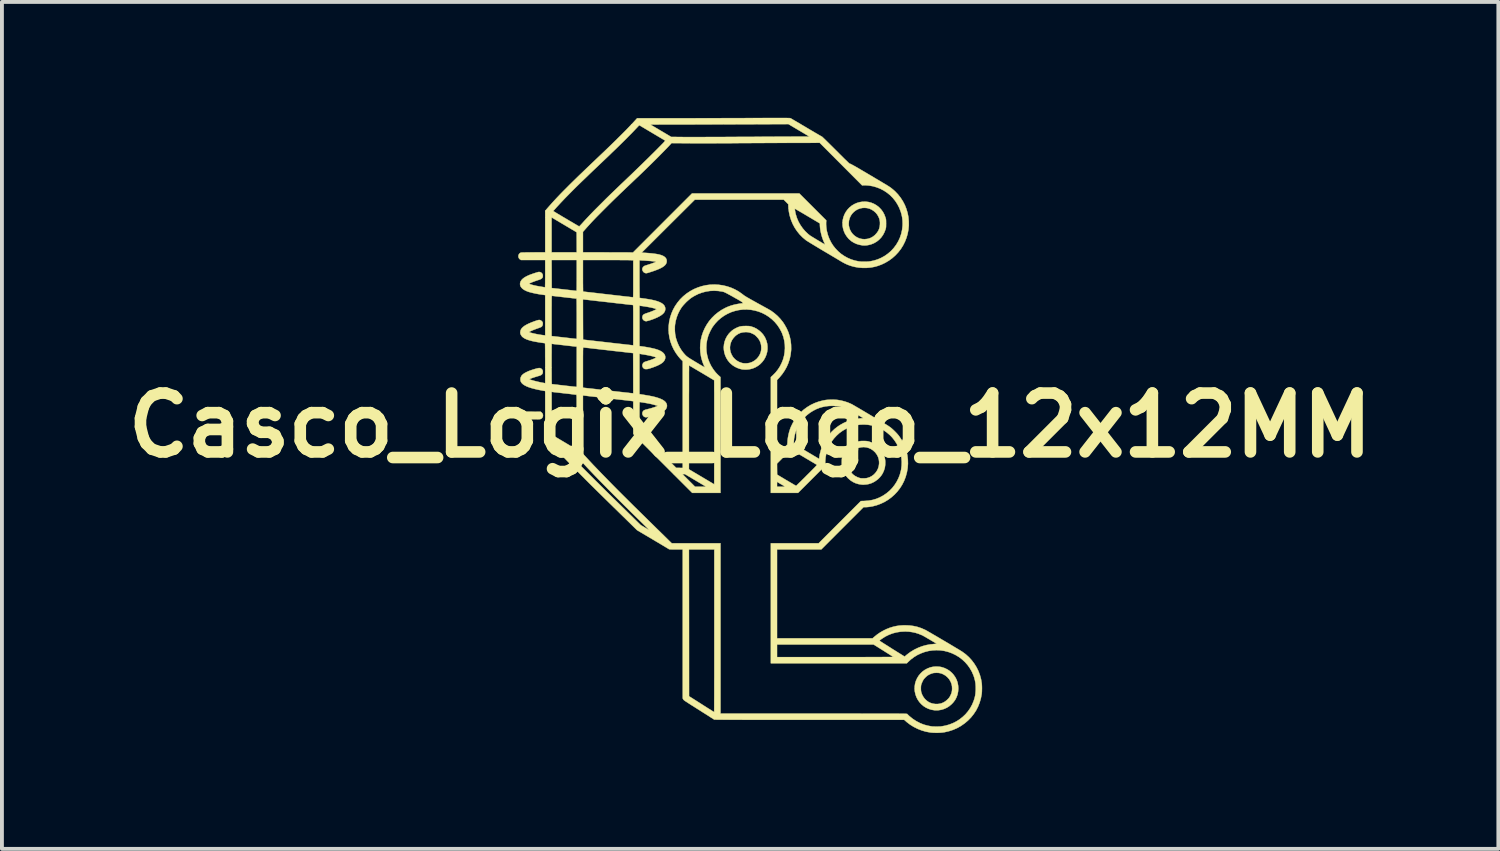
<source format=kicad_pcb>
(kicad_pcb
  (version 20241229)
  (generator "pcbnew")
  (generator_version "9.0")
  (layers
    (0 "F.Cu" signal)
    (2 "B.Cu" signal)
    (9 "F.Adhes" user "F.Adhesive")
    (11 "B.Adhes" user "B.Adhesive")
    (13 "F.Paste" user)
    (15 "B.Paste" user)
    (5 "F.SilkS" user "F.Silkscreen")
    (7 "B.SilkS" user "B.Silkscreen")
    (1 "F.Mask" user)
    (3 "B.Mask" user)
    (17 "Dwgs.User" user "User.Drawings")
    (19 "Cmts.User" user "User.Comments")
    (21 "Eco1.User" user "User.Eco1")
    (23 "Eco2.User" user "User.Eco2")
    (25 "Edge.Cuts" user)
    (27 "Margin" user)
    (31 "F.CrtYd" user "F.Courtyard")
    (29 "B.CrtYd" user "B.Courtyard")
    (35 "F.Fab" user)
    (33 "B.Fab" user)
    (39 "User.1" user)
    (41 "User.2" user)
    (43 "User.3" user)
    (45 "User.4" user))
  (footprint "Casco_Logix_Logo_12x12MM"
    (layer "F.Cu")
    (at 16.372 7.961)
    (property "Reference" "Casco_Logix_Logo_12x12MM" (at 0 0 0) (layer "F.SilkS") (effects (font (size 1.524 1.524) (thickness 0.3))))
    (attr through_hole)
    (fp_poly (pts (xy -5.74 -0.353) (xy -5.691 -0.352) (xy -5.662 -0.352) (xy -5.424 -0.351) (xy -5.403 -0.335) (xy -5.381 -0.311) (xy -5.367 -0.283) (xy -5.363 -0.252) (xy -5.368 -0.221) (xy -5.37 -0.217) (xy -5.383 -0.193) (xy -5.399 -0.176) (xy -5.42 -0.165) (xy -5.426 -0.163) (xy -5.433 -0.16) (xy -5.442 -0.159) (xy -5.455 -0.158) (xy -5.472 -0.157) (xy -5.494 -0.156) (xy -5.522 -0.155) (xy -5.558 -0.155) (xy -5.603 -0.155) (xy -5.657 -0.155) (xy -5.676 -0.155) (xy -5.734 -0.155) (xy -5.781 -0.155) (xy -5.82 -0.155) (xy -5.851 -0.156) (xy -5.875 -0.156) (xy -5.893 -0.157) (xy -5.907 -0.158) (xy -5.917 -0.16) (xy -5.925 -0.162) (xy -5.931 -0.164) (xy -5.934 -0.165) (xy -5.96 -0.183) (xy -5.978 -0.207) (xy -5.989 -0.236) (xy -5.991 -0.267) (xy -5.986 -0.289) (xy -5.975 -0.308) (xy -5.959 -0.327) (xy -5.939 -0.342) (xy -5.92 -0.35) (xy -5.918 -0.351) (xy -5.909 -0.351) (xy -5.89 -0.352) (xy -5.862 -0.352) (xy -5.827 -0.353) (xy -5.786 -0.353) (xy -5.74 -0.353)) (stroke (width 0.01) (type solid)) (fill yes) (layer "F.SilkS"))
    (fp_poly (pts (xy 3.058 -5.782) (xy 3.131 -5.764) (xy 3.201 -5.736) (xy 3.268 -5.698) (xy 3.27 -5.697) (xy 3.333 -5.648) (xy 3.388 -5.592) (xy 3.435 -5.529) (xy 3.473 -5.459) (xy 3.502 -5.382) (xy 3.505 -5.375) (xy 3.51 -5.357) (xy 3.514 -5.341) (xy 3.517 -5.325) (xy 3.518 -5.307) (xy 3.519 -5.284) (xy 3.519 -5.255) (xy 3.52 -5.224) (xy 3.519 -5.187) (xy 3.519 -5.158) (xy 3.518 -5.137) (xy 3.516 -5.119) (xy 3.513 -5.103) (xy 3.509 -5.087) (xy 3.505 -5.073) (xy 3.475 -4.995) (xy 3.438 -4.925) (xy 3.392 -4.861) (xy 3.338 -4.805) (xy 3.277 -4.756) (xy 3.208 -4.716) (xy 3.195 -4.71) (xy 3.137 -4.687) (xy 3.076 -4.67) (xy 3.014 -4.659) (xy 2.954 -4.656) (xy 2.913 -4.658) (xy 2.83 -4.673) (xy 2.753 -4.696) (xy 2.682 -4.729) (xy 2.617 -4.77) (xy 2.559 -4.821) (xy 2.546 -4.834) (xy 2.497 -4.895) (xy 2.456 -4.96) (xy 2.426 -5.029) (xy 2.405 -5.1) (xy 2.393 -5.173) (xy 2.392 -5.241) (xy 2.552 -5.241) (xy 2.554 -5.177) (xy 2.567 -5.115) (xy 2.588 -5.057) (xy 2.618 -5.002) (xy 2.656 -4.952) (xy 2.702 -4.909) (xy 2.754 -4.873) (xy 2.812 -4.845) (xy 2.833 -4.837) (xy 2.898 -4.822) (xy 2.964 -4.818) (xy 3.031 -4.825) (xy 3.064 -4.832) (xy 3.121 -4.852) (xy 3.174 -4.881) (xy 3.225 -4.92) (xy 3.241 -4.936) (xy 3.284 -4.985) (xy 3.317 -5.034) (xy 3.34 -5.086) (xy 3.355 -5.143) (xy 3.361 -5.205) (xy 3.361 -5.259) (xy 3.355 -5.307) (xy 3.342 -5.354) (xy 3.322 -5.403) (xy 3.321 -5.404) (xy 3.29 -5.457) (xy 3.25 -5.505) (xy 3.202 -5.547) (xy 3.149 -5.582) (xy 3.094 -5.607) (xy 3.031 -5.624) (xy 2.967 -5.63) (xy 2.905 -5.627) (xy 2.845 -5.614) (xy 2.787 -5.593) (xy 2.734 -5.563) (xy 2.686 -5.525) (xy 2.643 -5.481) (xy 2.607 -5.429) (xy 2.58 -5.372) (xy 2.561 -5.309) (xy 2.56 -5.305) (xy 2.552 -5.241) (xy 2.392 -5.241) (xy 2.391 -5.246) (xy 2.399 -5.319) (xy 2.416 -5.39) (xy 2.442 -5.459) (xy 2.478 -5.525) (xy 2.523 -5.587) (xy 2.571 -5.638) (xy 2.631 -5.687) (xy 2.696 -5.726) (xy 2.764 -5.756) (xy 2.836 -5.777) (xy 2.909 -5.788) (xy 2.984 -5.79) (xy 3.058 -5.782)) (stroke (width 0.01) (type solid)) (fill yes) (layer "F.SilkS"))
    (fp_poly (pts (xy -0.079 -2.57) (xy -0.05 -2.569) (xy -0.027 -2.568) (xy -0.008 -2.565) (xy 0.01 -2.562) (xy 0.028 -2.557) (xy 0.102 -2.532) (xy 0.17 -2.497) (xy 0.234 -2.452) (xy 0.272 -2.419) (xy 0.313 -2.377) (xy 0.347 -2.335) (xy 0.375 -2.29) (xy 0.39 -2.263) (xy 0.42 -2.191) (xy 0.44 -2.118) (xy 0.449 -2.044) (xy 0.449 -1.971) (xy 0.44 -1.899) (xy 0.421 -1.829) (xy 0.394 -1.762) (xy 0.359 -1.699) (xy 0.315 -1.641) (xy 0.264 -1.588) (xy 0.206 -1.542) (xy 0.141 -1.503) (xy 0.069 -1.472) (xy 0.064 -1.471) (xy 0.005 -1.455) (xy -0.06 -1.445) (xy -0.126 -1.442) (xy -0.19 -1.446) (xy -0.202 -1.447) (xy -0.268 -1.462) (xy -0.334 -1.486) (xy -0.399 -1.518) (xy -0.458 -1.557) (xy -0.511 -1.603) (xy -0.524 -1.615) (xy -0.574 -1.675) (xy -0.615 -1.74) (xy -0.646 -1.809) (xy -0.668 -1.88) (xy -0.68 -1.952) (xy -0.683 -2.02) (xy -0.523 -2.02) (xy -0.52 -1.958) (xy -0.507 -1.896) (xy -0.484 -1.837) (xy -0.452 -1.78) (xy -0.432 -1.753) (xy -0.389 -1.708) (xy -0.338 -1.669) (xy -0.282 -1.638) (xy -0.222 -1.616) (xy -0.184 -1.607) (xy -0.154 -1.604) (xy -0.119 -1.603) (xy -0.08 -1.605) (xy -0.043 -1.61) (xy -0.011 -1.616) (xy -0.003 -1.618) (xy 0.061 -1.643) (xy 0.118 -1.677) (xy 0.169 -1.719) (xy 0.212 -1.769) (xy 0.246 -1.825) (xy 0.249 -1.83) (xy 0.269 -1.878) (xy 0.282 -1.925) (xy 0.288 -1.975) (xy 0.289 -2.01) (xy 0.284 -2.075) (xy 0.27 -2.136) (xy 0.246 -2.192) (xy 0.212 -2.246) (xy 0.168 -2.295) (xy 0.145 -2.318) (xy 0.126 -2.335) (xy 0.107 -2.348) (xy 0.087 -2.36) (xy 0.066 -2.37) (xy 0.022 -2.39) (xy -0.018 -2.402) (xy -0.058 -2.41) (xy -0.102 -2.413) (xy -0.117 -2.413) (xy -0.184 -2.408) (xy -0.245 -2.394) (xy -0.303 -2.369) (xy -0.357 -2.334) (xy -0.392 -2.304) (xy -0.437 -2.254) (xy -0.473 -2.2) (xy -0.499 -2.142) (xy -0.516 -2.082) (xy -0.523 -2.02) (xy -0.683 -2.02) (xy -0.683 -2.025) (xy -0.676 -2.098) (xy -0.66 -2.169) (xy -0.634 -2.239) (xy -0.599 -2.305) (xy -0.555 -2.367) (xy -0.518 -2.407) (xy -0.474 -2.448) (xy -0.428 -2.482) (xy -0.378 -2.51) (xy -0.358 -2.52) (xy -0.319 -2.538) (xy -0.284 -2.551) (xy -0.25 -2.56) (xy -0.215 -2.566) (xy -0.175 -2.569) (xy -0.128 -2.57) (xy -0.116 -2.57) (xy -0.079 -2.57)) (stroke (width 0.01) (type solid)) (fill yes) (layer "F.SilkS"))
    (fp_poly (pts (xy 4.845 6.248) (xy 4.891 6.251) (xy 4.932 6.256) (xy 4.955 6.261) (xy 5.031 6.285) (xy 5.102 6.319) (xy 5.167 6.361) (xy 5.226 6.413) (xy 5.265 6.457) (xy 5.311 6.522) (xy 5.346 6.59) (xy 5.371 6.663) (xy 5.385 6.739) (xy 5.39 6.815) (xy 5.384 6.894) (xy 5.369 6.97) (xy 5.343 7.042) (xy 5.308 7.11) (xy 5.262 7.172) (xy 5.219 7.218) (xy 5.158 7.27) (xy 5.092 7.312) (xy 5.021 7.344) (xy 4.948 7.366) (xy 4.871 7.378) (xy 4.791 7.379) (xy 4.767 7.377) (xy 4.691 7.364) (xy 4.619 7.341) (xy 4.552 7.31) (xy 4.489 7.27) (xy 4.433 7.222) (xy 4.383 7.167) (xy 4.341 7.107) (xy 4.306 7.04) (xy 4.281 6.969) (xy 4.264 6.894) (xy 4.259 6.841) (xy 4.259 6.82) (xy 4.42 6.82) (xy 4.422 6.858) (xy 4.426 6.892) (xy 4.43 6.913) (xy 4.453 6.976) (xy 4.485 7.034) (xy 4.525 7.087) (xy 4.574 7.132) (xy 4.627 7.169) (xy 4.677 7.191) (xy 4.732 7.207) (xy 4.791 7.216) (xy 4.85 7.217) (xy 4.907 7.21) (xy 4.952 7.199) (xy 5.003 7.178) (xy 5.047 7.152) (xy 5.089 7.119) (xy 5.113 7.096) (xy 5.137 7.072) (xy 5.154 7.051) (xy 5.168 7.03) (xy 5.181 7.006) (xy 5.186 6.996) (xy 5.206 6.952) (xy 5.219 6.912) (xy 5.226 6.872) (xy 5.229 6.827) (xy 5.229 6.813) (xy 5.226 6.754) (xy 5.215 6.7) (xy 5.195 6.648) (xy 5.185 6.627) (xy 5.15 6.57) (xy 5.106 6.521) (xy 5.056 6.479) (xy 5 6.447) (xy 4.96 6.429) (xy 4.921 6.418) (xy 4.882 6.411) (xy 4.836 6.409) (xy 4.826 6.409) (xy 4.783 6.41) (xy 4.745 6.414) (xy 4.71 6.423) (xy 4.673 6.437) (xy 4.638 6.453) (xy 4.612 6.467) (xy 4.591 6.48) (xy 4.571 6.496) (xy 4.548 6.517) (xy 4.538 6.527) (xy 4.516 6.55) (xy 4.499 6.569) (xy 4.486 6.588) (xy 4.473 6.611) (xy 4.463 6.632) (xy 4.451 6.658) (xy 4.44 6.685) (xy 4.431 6.708) (xy 4.428 6.72) (xy 4.423 6.748) (xy 4.421 6.782) (xy 4.42 6.82) (xy 4.259 6.82) (xy 4.26 6.764) (xy 4.271 6.689) (xy 4.292 6.618) (xy 4.323 6.55) (xy 4.361 6.487) (xy 4.408 6.43) (xy 4.461 6.378) (xy 4.522 6.334) (xy 4.588 6.298) (xy 4.66 6.27) (xy 4.718 6.256) (xy 4.755 6.251) (xy 4.799 6.248) (xy 4.845 6.248)) (stroke (width 0.01) (type solid)) (fill yes) (layer "F.SilkS"))
    (fp_poly (pts (xy 2.977 0.407) (xy 3.02 0.41) (xy 3.057 0.416) (xy 3.066 0.419) (xy 3.136 0.441) (xy 3.198 0.469) (xy 3.255 0.504) (xy 3.308 0.547) (xy 3.323 0.56) (xy 3.377 0.619) (xy 3.422 0.681) (xy 3.456 0.748) (xy 3.48 0.818) (xy 3.495 0.894) (xy 3.499 0.947) (xy 3.497 1.027) (xy 3.486 1.102) (xy 3.463 1.175) (xy 3.431 1.245) (xy 3.401 1.293) (xy 3.358 1.347) (xy 3.308 1.396) (xy 3.251 1.439) (xy 3.19 1.476) (xy 3.127 1.504) (xy 3.062 1.523) (xy 2.998 1.533) (xy 2.976 1.534) (xy 2.957 1.536) (xy 2.944 1.537) (xy 2.943 1.537) (xy 2.931 1.537) (xy 2.912 1.537) (xy 2.889 1.535) (xy 2.88 1.534) (xy 2.804 1.522) (xy 2.732 1.5) (xy 2.663 1.468) (xy 2.598 1.426) (xy 2.539 1.374) (xy 2.534 1.37) (xy 2.483 1.312) (xy 2.441 1.25) (xy 2.408 1.182) (xy 2.384 1.111) (xy 2.38 1.094) (xy 2.376 1.077) (xy 2.374 1.058) (xy 2.373 1.034) (xy 2.372 1.005) (xy 2.372 0.987) (xy 2.53 0.987) (xy 2.53 0.991) (xy 2.539 1.057) (xy 2.557 1.12) (xy 2.584 1.177) (xy 2.62 1.229) (xy 2.665 1.275) (xy 2.717 1.313) (xy 2.777 1.344) (xy 2.841 1.367) (xy 2.869 1.372) (xy 2.904 1.374) (xy 2.943 1.374) (xy 2.982 1.372) (xy 3.017 1.368) (xy 3.035 1.364) (xy 3.097 1.343) (xy 3.153 1.313) (xy 3.204 1.275) (xy 3.247 1.229) (xy 3.283 1.178) (xy 3.311 1.121) (xy 3.33 1.06) (xy 3.339 0.995) (xy 3.339 0.947) (xy 3.331 0.881) (xy 3.312 0.82) (xy 3.283 0.763) (xy 3.244 0.709) (xy 3.231 0.695) (xy 3.181 0.649) (xy 3.126 0.613) (xy 3.067 0.587) (xy 3.005 0.57) (xy 2.941 0.564) (xy 2.876 0.569) (xy 2.81 0.584) (xy 2.798 0.588) (xy 2.76 0.603) (xy 2.727 0.621) (xy 2.694 0.645) (xy 2.659 0.676) (xy 2.647 0.688) (xy 2.624 0.711) (xy 2.607 0.731) (xy 2.594 0.749) (xy 2.582 0.769) (xy 2.571 0.79) (xy 2.55 0.84) (xy 2.537 0.886) (xy 2.531 0.934) (xy 2.53 0.987) (xy 2.372 0.987) (xy 2.372 0.969) (xy 2.372 0.933) (xy 2.373 0.905) (xy 2.374 0.883) (xy 2.376 0.866) (xy 2.379 0.85) (xy 2.384 0.833) (xy 2.387 0.82) (xy 2.416 0.743) (xy 2.453 0.672) (xy 2.499 0.609) (xy 2.552 0.553) (xy 2.613 0.504) (xy 2.68 0.465) (xy 2.753 0.434) (xy 2.805 0.418) (xy 2.841 0.411) (xy 2.884 0.407) (xy 2.93 0.406) (xy 2.977 0.407)) (stroke (width 0.01) (type solid)) (fill yes) (layer "F.SilkS"))
    (fp_poly (pts (xy 0.763 -7.956) (xy 0.814 -7.956) (xy 0.858 -7.956) (xy 0.896 -7.956) (xy 0.929 -7.956) (xy 0.956 -7.955) (xy 0.979 -7.955) (xy 0.998 -7.954) (xy 1.013 -7.954) (xy 1.024 -7.953) (xy 1.033 -7.952) (xy 1.039 -7.951) (xy 1.043 -7.951) (xy 1.044 -7.95) (xy 1.051 -7.946) (xy 1.068 -7.937) (xy 1.092 -7.923) (xy 1.124 -7.904) (xy 1.162 -7.882) (xy 1.206 -7.856) (xy 1.255 -7.828) (xy 1.308 -7.796) (xy 1.365 -7.762) (xy 1.425 -7.727) (xy 1.46 -7.706) (xy 1.52 -7.67) (xy 1.578 -7.636) (xy 1.633 -7.604) (xy 1.683 -7.574) (xy 1.729 -7.548) (xy 1.769 -7.524) (xy 1.803 -7.504) (xy 1.83 -7.489) (xy 1.849 -7.478) (xy 1.86 -7.472) (xy 1.863 -7.471) (xy 1.867 -7.467) (xy 1.879 -7.456) (xy 1.898 -7.438) (xy 1.923 -7.414) (xy 1.953 -7.385) (xy 1.988 -7.35) (xy 2.028 -7.311) (xy 2.071 -7.268) (xy 2.118 -7.222) (xy 2.168 -7.172) (xy 2.217 -7.123) (xy 2.269 -7.072) (xy 2.318 -7.022) (xy 2.365 -6.976) (xy 2.408 -6.933) (xy 2.447 -6.894) (xy 2.483 -6.86) (xy 2.513 -6.831) (xy 2.537 -6.807) (xy 2.556 -6.789) (xy 2.568 -6.779) (xy 2.572 -6.775) (xy 2.58 -6.774) (xy 2.593 -6.769) (xy 2.611 -6.76) (xy 2.635 -6.748) (xy 2.666 -6.731) (xy 2.703 -6.711) (xy 2.747 -6.686) (xy 2.799 -6.656) (xy 2.858 -6.621) (xy 2.926 -6.581) (xy 3.003 -6.536) (xy 3.065 -6.499) (xy 3.126 -6.463) (xy 3.187 -6.427) (xy 3.245 -6.392) (xy 3.301 -6.359) (xy 3.352 -6.329) (xy 3.399 -6.301) (xy 3.44 -6.276) (xy 3.474 -6.256) (xy 3.501 -6.24) (xy 3.52 -6.229) (xy 3.523 -6.227) (xy 3.589 -6.186) (xy 3.647 -6.146) (xy 3.699 -6.104) (xy 3.749 -6.06) (xy 3.827 -5.979) (xy 3.895 -5.892) (xy 3.955 -5.799) (xy 4.005 -5.703) (xy 4.045 -5.602) (xy 4.076 -5.498) (xy 4.097 -5.392) (xy 4.107 -5.284) (xy 4.108 -5.175) (xy 4.098 -5.066) (xy 4.077 -4.957) (xy 4.049 -4.859) (xy 4.009 -4.756) (xy 3.96 -4.658) (xy 3.902 -4.565) (xy 3.835 -4.479) (xy 3.761 -4.4) (xy 3.68 -4.328) (xy 3.592 -4.264) (xy 3.498 -4.208) (xy 3.399 -4.161) (xy 3.296 -4.124) (xy 3.221 -4.103) (xy 3.122 -4.085) (xy 3.02 -4.076) (xy 2.916 -4.075) (xy 2.812 -4.083) (xy 2.712 -4.1) (xy 2.644 -4.117) (xy 2.579 -4.137) (xy 2.519 -4.16) (xy 2.461 -4.186) (xy 2.402 -4.217) (xy 2.338 -4.254) (xy 2.327 -4.26) (xy 2.314 -4.269) (xy 2.292 -4.282) (xy 2.262 -4.3) (xy 2.225 -4.322) (xy 2.182 -4.348) (xy 2.134 -4.376) (xy 2.081 -4.408) (xy 2.025 -4.441) (xy 1.966 -4.476) (xy 1.904 -4.512) (xy 1.883 -4.525) (xy 1.821 -4.562) (xy 1.762 -4.597) (xy 1.705 -4.632) (xy 1.651 -4.664) (xy 1.602 -4.694) (xy 1.557 -4.721) (xy 1.519 -4.745) (xy 1.487 -4.765) (xy 1.463 -4.78) (xy 1.447 -4.791) (xy 1.444 -4.793) (xy 1.359 -4.864) (xy 1.282 -4.942) (xy 1.213 -5.028) (xy 1.152 -5.119) (xy 1.1 -5.217) (xy 1.058 -5.319) (xy 1.025 -5.426) (xy 1.011 -5.491) (xy 1.004 -5.527) (xy 0.999 -5.568) (xy 0.995 -5.602) (xy 1.156 -5.602) (xy 1.157 -5.587) (xy 1.16 -5.565) (xy 1.165 -5.539) (xy 1.17 -5.512) (xy 1.176 -5.484) (xy 1.182 -5.46) (xy 1.182 -5.459) (xy 1.212 -5.364) (xy 1.252 -5.271) (xy 1.302 -5.183) (xy 1.36 -5.1) (xy 1.426 -5.023) (xy 1.5 -4.953) (xy 1.547 -4.915) (xy 1.557 -4.908) (xy 1.575 -4.897) (xy 1.599 -4.882) (xy 1.628 -4.864) (xy 1.661 -4.844) (xy 1.697 -4.822) (xy 1.734 -4.8) (xy 1.771 -4.777) (xy 1.808 -4.756) (xy 1.842 -4.735) (xy 1.872 -4.717) (xy 1.898 -4.702) (xy 1.918 -4.691) (xy 1.93 -4.684) (xy 1.934 -4.683) (xy 1.938 -4.684) (xy 1.938 -4.684) (xy 1.936 -4.69) (xy 1.93 -4.703) (xy 1.921 -4.722) (xy 1.913 -4.739) (xy 1.886 -4.804) (xy 1.861 -4.876) (xy 1.84 -4.952) (xy 1.823 -5.028) (xy 1.812 -5.102) (xy 1.806 -5.172) (xy 1.806 -5.198) (xy 1.806 -5.227) (xy 1.482 -5.419) (xy 1.428 -5.451) (xy 1.376 -5.482) (xy 1.328 -5.51) (xy 1.284 -5.536) (xy 1.245 -5.558) (xy 1.213 -5.577) (xy 1.187 -5.592) (xy 1.168 -5.602) (xy 1.158 -5.608) (xy 1.156 -5.608) (xy 1.156 -5.602) (xy 0.995 -5.602) (xy 0.994 -5.611) (xy 0.99 -5.651) (xy 0.989 -5.686) (xy 0.988 -5.696) (xy 0.988 -5.723) (xy 0.929 -5.783) (xy 0.869 -5.842) (xy -0.282 -5.842) (xy -1.433 -5.841) (xy -2.122 -5.155) (xy -2.81 -4.469) (xy -2.696 -4.463) (xy -2.619 -4.457) (xy -2.545 -4.45) (xy -2.478 -4.442) (xy -2.417 -4.433) (xy -2.365 -4.423) (xy -2.353 -4.42) (xy -2.295 -4.403) (xy -2.247 -4.382) (xy -2.21 -4.357) (xy -2.183 -4.329) (xy -2.166 -4.296) (xy -2.16 -4.26) (xy -2.16 -4.242) (xy -2.166 -4.207) (xy -2.18 -4.177) (xy -2.203 -4.147) (xy -2.21 -4.14) (xy -2.237 -4.117) (xy -2.271 -4.094) (xy -2.312 -4.071) (xy -2.361 -4.048) (xy -2.419 -4.024) (xy -2.486 -3.999) (xy -2.54 -3.981) (xy -2.583 -3.967) (xy -2.618 -3.956) (xy -2.644 -3.948) (xy -2.665 -3.942) (xy -2.681 -3.939) (xy -2.694 -3.938) (xy -2.705 -3.939) (xy -2.716 -3.942) (xy -2.72 -3.943) (xy -2.746 -3.955) (xy -2.768 -3.976) (xy -2.784 -4.002) (xy -2.792 -4.03) (xy -2.791 -4.056) (xy -2.782 -4.081) (xy -2.765 -4.104) (xy -2.744 -4.121) (xy -2.735 -4.126) (xy -2.723 -4.131) (xy -2.702 -4.138) (xy -2.675 -4.147) (xy -2.645 -4.156) (xy -2.631 -4.161) (xy -2.596 -4.172) (xy -2.56 -4.184) (xy -2.525 -4.196) (xy -2.496 -4.207) (xy -2.491 -4.209) (xy -2.466 -4.219) (xy -2.451 -4.226) (xy -2.443 -4.231) (xy -2.442 -4.234) (xy -2.447 -4.236) (xy -2.461 -4.239) (xy -2.486 -4.243) (xy -2.517 -4.247) (xy -2.554 -4.251) (xy -2.594 -4.255) (xy -2.637 -4.258) (xy -2.679 -4.261) (xy -2.697 -4.263) (xy -2.732 -4.265) (xy -2.766 -4.267) (xy -2.796 -4.268) (xy -2.82 -4.27) (xy -2.831 -4.271) (xy -2.866 -4.273) (xy -2.866 -3.785) (xy -2.866 -3.691) (xy -2.866 -3.608) (xy -2.865 -3.533) (xy -2.865 -3.469) (xy -2.864 -3.414) (xy -2.864 -3.37) (xy -2.863 -3.336) (xy -2.862 -3.312) (xy -2.861 -3.299) (xy -2.86 -3.296) (xy -2.848 -3.296) (xy -2.827 -3.293) (xy -2.799 -3.289) (xy -2.765 -3.284) (xy -2.728 -3.279) (xy -2.689 -3.273) (xy -2.65 -3.267) (xy -2.614 -3.261) (xy -2.582 -3.255) (xy -2.555 -3.25) (xy -2.554 -3.25) (xy -2.474 -3.232) (xy -2.405 -3.212) (xy -2.346 -3.19) (xy -2.297 -3.165) (xy -2.259 -3.139) (xy -2.229 -3.109) (xy -2.21 -3.077) (xy -2.199 -3.042) (xy -2.197 -3.018) (xy -2.2 -2.981) (xy -2.212 -2.946) (xy -2.233 -2.912) (xy -2.263 -2.881) (xy -2.303 -2.85) (xy -2.352 -2.82) (xy -2.411 -2.79) (xy -2.478 -2.762) (xy -2.512 -2.748) (xy -2.548 -2.736) (xy -2.584 -2.723) (xy -2.619 -2.713) (xy -2.649 -2.704) (xy -2.674 -2.698) (xy -2.69 -2.695) (xy -2.694 -2.695) (xy -2.724 -2.7) (xy -2.75 -2.714) (xy -2.771 -2.734) (xy -2.786 -2.76) (xy -2.792 -2.79) (xy -2.788 -2.819) (xy -2.782 -2.838) (xy -2.772 -2.854) (xy -2.759 -2.867) (xy -2.74 -2.878) (xy -2.714 -2.89) (xy -2.679 -2.902) (xy -2.664 -2.907) (xy -2.617 -2.923) (xy -2.569 -2.94) (xy -2.525 -2.958) (xy -2.486 -2.975) (xy -2.455 -2.99) (xy -2.447 -2.994) (xy -2.424 -3.008) (xy -2.448 -3.017) (xy -2.477 -3.027) (xy -2.516 -3.037) (xy -2.562 -3.048) (xy -2.613 -3.058) (xy -2.668 -3.068) (xy -2.723 -3.077) (xy -2.778 -3.085) (xy -2.791 -3.087) (xy -2.815 -3.09) (xy -2.836 -3.092) (xy -2.85 -3.095) (xy -2.853 -3.095) (xy -2.866 -3.098) (xy -2.866 -2.051) (xy -2.776 -2.038) (xy -2.72 -2.03) (xy -2.662 -2.02) (xy -2.604 -2.009) (xy -2.548 -1.998) (xy -2.497 -1.986) (xy -2.454 -1.975) (xy -2.44 -1.971) (xy -2.375 -1.949) (xy -2.32 -1.924) (xy -2.275 -1.896) (xy -2.24 -1.865) (xy -2.215 -1.831) (xy -2.201 -1.795) (xy -2.197 -1.765) (xy -2.2 -1.729) (xy -2.211 -1.696) (xy -2.23 -1.664) (xy -2.257 -1.633) (xy -2.293 -1.604) (xy -2.339 -1.576) (xy -2.394 -1.548) (xy -2.459 -1.521) (xy -2.535 -1.493) (xy -2.546 -1.49) (xy -2.584 -1.477) (xy -2.612 -1.468) (xy -2.635 -1.462) (xy -2.653 -1.458) (xy -2.669 -1.456) (xy -2.685 -1.455) (xy -2.689 -1.455) (xy -2.712 -1.456) (xy -2.727 -1.457) (xy -2.738 -1.462) (xy -2.75 -1.469) (xy -2.752 -1.47) (xy -2.775 -1.494) (xy -2.788 -1.522) (xy -2.792 -1.551) (xy -2.786 -1.581) (xy -2.77 -1.609) (xy -2.762 -1.618) (xy -2.746 -1.632) (xy -2.726 -1.642) (xy -2.7 -1.651) (xy -2.659 -1.663) (xy -2.617 -1.677) (xy -2.574 -1.691) (xy -2.535 -1.706) (xy -2.5 -1.719) (xy -2.474 -1.731) (xy -2.468 -1.734) (xy -2.427 -1.755) (xy -2.449 -1.764) (xy -2.475 -1.773) (xy -2.51 -1.783) (xy -2.554 -1.794) (xy -2.605 -1.805) (xy -2.663 -1.817) (xy -2.725 -1.828) (xy -2.791 -1.839) (xy -2.845 -1.848) (xy -2.866 -1.851) (xy -2.866 -0.807) (xy -2.848 -0.804) (xy -2.785 -0.793) (xy -2.732 -0.785) (xy -2.688 -0.777) (xy -2.651 -0.771) (xy -2.62 -0.765) (xy -2.594 -0.761) (xy -2.572 -0.756) (xy -2.552 -0.753) (xy -2.534 -0.749) (xy -2.53 -0.748) (xy -2.448 -0.728) (xy -2.376 -0.706) (xy -2.316 -0.683) (xy -2.265 -0.659) (xy -2.224 -0.632) (xy -2.193 -0.604) (xy -2.171 -0.573) (xy -2.158 -0.54) (xy -2.153 -0.504) (xy -2.157 -0.476) (xy -2.167 -0.446) (xy -2.182 -0.418) (xy -2.192 -0.405) (xy -2.227 -0.373) (xy -2.272 -0.343) (xy -2.327 -0.314) (xy -2.393 -0.287) (xy -2.469 -0.261) (xy -2.554 -0.237) (xy -2.631 -0.218) (xy -2.667 -0.211) (xy -2.694 -0.208) (xy -2.716 -0.21) (xy -2.734 -0.216) (xy -2.751 -0.227) (xy -2.762 -0.237) (xy -2.781 -0.263) (xy -2.791 -0.292) (xy -2.791 -0.322) (xy -2.781 -0.351) (xy -2.762 -0.377) (xy -2.756 -0.382) (xy -2.744 -0.389) (xy -2.726 -0.397) (xy -2.699 -0.406) (xy -2.662 -0.415) (xy -2.658 -0.416) (xy -2.584 -0.435) (xy -2.522 -0.454) (xy -2.469 -0.471) (xy -2.431 -0.486) (xy -2.394 -0.502) (xy -2.41 -0.508) (xy -2.428 -0.514) (xy -2.455 -0.522) (xy -2.486 -0.531) (xy -2.52 -0.54) (xy -2.554 -0.549) (xy -2.585 -0.556) (xy -2.592 -0.557) (xy -2.613 -0.562) (xy -2.641 -0.567) (xy -2.673 -0.573) (xy -2.708 -0.579) (xy -2.743 -0.585) (xy -2.776 -0.59) (xy -2.806 -0.595) (xy -2.831 -0.599) (xy -2.848 -0.601) (xy -2.856 -0.602) (xy -2.858 -0.601) (xy -2.859 -0.6) (xy -2.861 -0.596) (xy -2.862 -0.589) (xy -2.863 -0.579) (xy -2.864 -0.565) (xy -2.864 -0.545) (xy -2.865 -0.519) (xy -2.865 -0.487) (xy -2.866 -0.447) (xy -2.866 -0.399) (xy -2.866 -0.342) (xy -2.866 -0.275) (xy -2.866 -0.224) (xy -2.866 0.153) (xy -2.391 0.628) (xy -1.915 1.102) (xy -1.83 1.103) (xy -1.745 1.105) (xy -1.745 -0.223) (xy -1.585 -0.223) (xy -1.585 1.14) (xy -0.93 1.529) (xy -0.929 0.183) (xy -0.929 0.062) (xy -0.929 -0.056) (xy -0.929 -0.171) (xy -0.929 -0.282) (xy -0.929 -0.388) (xy -0.929 -0.49) (xy -0.929 -0.587) (xy -0.929 -0.678) (xy -0.929 -0.762) (xy -0.929 -0.84) (xy -0.93 -0.911) (xy -0.93 -0.974) (xy -0.93 -1.029) (xy -0.93 -1.076) (xy -0.931 -1.113) (xy -0.931 -1.141) (xy -0.931 -1.158) (xy -0.932 -1.165) (xy -0.932 -1.166) (xy -0.937 -1.169) (xy -0.951 -1.178) (xy -0.972 -1.19) (xy -1.001 -1.207) (xy -1.034 -1.227) (xy -1.073 -1.25) (xy -1.115 -1.276) (xy -1.16 -1.302) (xy -1.207 -1.33) (xy -1.255 -1.359) (xy -1.303 -1.387) (xy -1.351 -1.415) (xy -1.396 -1.442) (xy -1.439 -1.467) (xy -1.477 -1.49) (xy -1.511 -1.51) (xy -1.54 -1.527) (xy -1.562 -1.54) (xy -1.576 -1.548) (xy -1.582 -1.552) (xy -1.582 -1.552) (xy -1.583 -1.546) (xy -1.583 -1.53) (xy -1.583 -1.504) (xy -1.583 -1.468) (xy -1.583 -1.423) (xy -1.584 -1.37) (xy -1.584 -1.308) (xy -1.584 -1.239) (xy -1.584 -1.162) (xy -1.584 -1.078) (xy -1.584 -0.989) (xy -1.584 -0.893) (xy -1.585 -0.792) (xy -1.585 -0.686) (xy -1.585 -0.576) (xy -1.585 -0.461) (xy -1.585 -0.344) (xy -1.585 -0.223) (xy -1.745 -0.223) (xy -1.745 -1.66) (xy -1.778 -1.693) (xy -1.796 -1.711) (xy -1.817 -1.734) (xy -1.839 -1.76) (xy -1.857 -1.781) (xy -1.923 -1.871) (xy -1.979 -1.965) (xy -2.026 -2.065) (xy -2.063 -2.167) (xy -2.09 -2.273) (xy -2.106 -2.38) (xy -2.11 -2.458) (xy -1.95 -2.458) (xy -1.942 -2.359) (xy -1.923 -2.262) (xy -1.893 -2.168) (xy -1.855 -2.077) (xy -1.82 -2.01) (xy -1.783 -1.95) (xy -1.741 -1.892) (xy -1.722 -1.869) (xy -1.704 -1.848) (xy -1.687 -1.829) (xy -1.671 -1.812) (xy -1.653 -1.795) (xy -1.634 -1.779) (xy -1.611 -1.762) (xy -1.585 -1.744) (xy -1.554 -1.724) (xy -1.516 -1.701) (xy -1.472 -1.674) (xy -1.419 -1.642) (xy -1.397 -1.629) (xy -1.345 -1.598) (xy -1.302 -1.572) (xy -1.267 -1.552) (xy -1.239 -1.535) (xy -1.217 -1.523) (xy -1.201 -1.514) (xy -1.189 -1.508) (xy -1.182 -1.504) (xy -1.178 -1.503) (xy -1.176 -1.503) (xy -1.176 -1.504) (xy -1.178 -1.509) (xy -1.184 -1.523) (xy -1.193 -1.541) (xy -1.198 -1.552) (xy -1.221 -1.607) (xy -1.242 -1.668) (xy -1.26 -1.732) (xy -1.273 -1.786) (xy -1.289 -1.895) (xy -1.295 -2.003) (xy -1.29 -2.11) (xy -1.276 -2.216) (xy -1.251 -2.319) (xy -1.217 -2.419) (xy -1.174 -2.516) (xy -1.122 -2.608) (xy -1.062 -2.696) (xy -0.993 -2.778) (xy -0.917 -2.854) (xy -0.832 -2.923) (xy -0.741 -2.985) (xy -0.654 -3.033) (xy -0.595 -3.061) (xy -0.537 -3.084) (xy -0.478 -3.104) (xy -0.415 -3.121) (xy -0.347 -3.136) (xy -0.272 -3.149) (xy -0.213 -3.157) (xy -0.181 -3.161) (xy -0.203 -3.184) (xy -0.212 -3.192) (xy -0.228 -3.203) (xy -0.251 -3.218) (xy -0.282 -3.236) (xy -0.32 -3.259) (xy -0.368 -3.285) (xy -0.424 -3.317) (xy -0.445 -3.329) (xy -0.497 -3.358) (xy -0.541 -3.382) (xy -0.577 -3.401) (xy -0.606 -3.417) (xy -0.63 -3.429) (xy -0.65 -3.439) (xy -0.666 -3.446) (xy -0.679 -3.451) (xy -0.691 -3.455) (xy -0.703 -3.458) (xy -0.716 -3.461) (xy -0.718 -3.462) (xy -0.825 -3.478) (xy -0.932 -3.484) (xy -1.038 -3.479) (xy -1.142 -3.463) (xy -1.244 -3.436) (xy -1.343 -3.4) (xy -1.439 -3.352) (xy -1.514 -3.307) (xy -1.556 -3.276) (xy -1.602 -3.237) (xy -1.649 -3.195) (xy -1.693 -3.149) (xy -1.734 -3.104) (xy -1.768 -3.062) (xy -1.774 -3.054) (xy -1.825 -2.972) (xy -1.868 -2.885) (xy -1.903 -2.793) (xy -1.929 -2.698) (xy -1.945 -2.604) (xy -1.949 -2.561) (xy -1.95 -2.458) (xy -2.11 -2.458) (xy -2.112 -2.489) (xy -2.109 -2.571) (xy -2.096 -2.682) (xy -2.072 -2.789) (xy -2.038 -2.893) (xy -1.995 -2.993) (xy -1.943 -3.087) (xy -1.881 -3.177) (xy -1.812 -3.261) (xy -1.734 -3.338) (xy -1.649 -3.408) (xy -1.556 -3.47) (xy -1.46 -3.523) (xy -1.357 -3.567) (xy -1.252 -3.601) (xy -1.144 -3.626) (xy -1.035 -3.64) (xy -0.926 -3.644) (xy -0.817 -3.638) (xy -0.709 -3.623) (xy -0.603 -3.598) (xy -0.499 -3.564) (xy -0.399 -3.52) (xy -0.303 -3.467) (xy -0.213 -3.404) (xy -0.182 -3.38) (xy -0.169 -3.37) (xy -0.153 -3.358) (xy -0.132 -3.345) (xy -0.107 -3.329) (xy -0.077 -3.311) (xy -0.04 -3.29) (xy 0.005 -3.264) (xy 0.057 -3.235) (xy 0.118 -3.201) (xy 0.133 -3.193) (xy 0.184 -3.164) (xy 0.235 -3.136) (xy 0.282 -3.11) (xy 0.326 -3.086) (xy 0.366 -3.064) (xy 0.399 -3.046) (xy 0.426 -3.031) (xy 0.444 -3.021) (xy 0.45 -3.018) (xy 0.541 -2.965) (xy 0.627 -2.902) (xy 0.709 -2.831) (xy 0.783 -2.753) (xy 0.85 -2.669) (xy 0.891 -2.606) (xy 0.946 -2.508) (xy 0.991 -2.405) (xy 1.024 -2.3) (xy 1.048 -2.193) (xy 1.06 -2.083) (xy 1.062 -1.972) (xy 1.06 -1.935) (xy 1.047 -1.825) (xy 1.024 -1.717) (xy 0.99 -1.613) (xy 0.946 -1.511) (xy 0.892 -1.415) (xy 0.829 -1.323) (xy 0.757 -1.236) (xy 0.746 -1.225) (xy 0.696 -1.172) (xy 0.696 0.765) (xy 0.831 0.629) (xy 0.966 0.494) (xy 0.966 0.481) (xy 1.129 0.481) (xy 1.458 0.676) (xy 1.786 0.871) (xy 1.79 0.835) (xy 1.793 0.813) (xy 1.798 0.785) (xy 1.803 0.755) (xy 1.806 0.74) (xy 1.833 0.636) (xy 1.869 0.534) (xy 1.915 0.436) (xy 1.971 0.342) (xy 2.034 0.254) (xy 2.106 0.172) (xy 2.185 0.097) (xy 2.27 0.031) (xy 2.324 -0.005) (xy 2.414 -0.056) (xy 2.507 -0.098) (xy 2.605 -0.132) (xy 2.707 -0.157) (xy 2.817 -0.174) (xy 2.879 -0.181) (xy 2.929 -0.185) (xy 2.753 -0.289) (xy 2.711 -0.314) (xy 2.67 -0.338) (xy 2.631 -0.36) (xy 2.596 -0.38) (xy 2.567 -0.396) (xy 2.544 -0.408) (xy 2.531 -0.415) (xy 2.441 -0.451) (xy 2.346 -0.478) (xy 2.248 -0.495) (xy 2.148 -0.503) (xy 2.048 -0.501) (xy 1.948 -0.49) (xy 1.85 -0.468) (xy 1.806 -0.455) (xy 1.718 -0.421) (xy 1.632 -0.377) (xy 1.549 -0.325) (xy 1.472 -0.265) (xy 1.402 -0.2) (xy 1.375 -0.17) (xy 1.314 -0.093) (xy 1.262 -0.011) (xy 1.217 0.074) (xy 1.181 0.163) (xy 1.154 0.254) (xy 1.137 0.344) (xy 1.13 0.433) (xy 1.129 0.481) (xy 0.966 0.481) (xy 0.966 0.46) (xy 0.969 0.394) (xy 0.978 0.322) (xy 0.992 0.247) (xy 1.01 0.173) (xy 1.032 0.102) (xy 1.055 0.042) (xy 1.105 -0.061) (xy 1.164 -0.158) (xy 1.23 -0.247) (xy 1.304 -0.329) (xy 1.385 -0.403) (xy 1.473 -0.468) (xy 1.566 -0.525) (xy 1.666 -0.573) (xy 1.77 -0.611) (xy 1.88 -0.64) (xy 1.96 -0.655) (xy 2.005 -0.659) (xy 2.057 -0.662) (xy 2.113 -0.664) (xy 2.169 -0.663) (xy 2.222 -0.66) (xy 2.268 -0.656) (xy 2.278 -0.654) (xy 2.362 -0.639) (xy 2.447 -0.617) (xy 2.529 -0.59) (xy 2.604 -0.558) (xy 2.629 -0.546) (xy 2.639 -0.541) (xy 2.658 -0.53) (xy 2.685 -0.514) (xy 2.719 -0.495) (xy 2.759 -0.471) (xy 2.805 -0.445) (xy 2.855 -0.415) (xy 2.908 -0.384) (xy 2.964 -0.351) (xy 3.015 -0.32) (xy 3.075 -0.285) (xy 3.135 -0.249) (xy 3.193 -0.214) (xy 3.249 -0.181) (xy 3.302 -0.15) (xy 3.35 -0.121) (xy 3.392 -0.096) (xy 3.428 -0.075) (xy 3.456 -0.058) (xy 3.47 -0.05) (xy 3.505 -0.029) (xy 3.54 -0.007) (xy 3.574 0.014) (xy 3.603 0.034) (xy 3.625 0.05) (xy 3.627 0.051) (xy 3.659 0.076) (xy 3.695 0.108) (xy 3.733 0.144) (xy 3.77 0.181) (xy 3.804 0.217) (xy 3.833 0.251) (xy 3.847 0.268) (xy 3.912 0.363) (xy 3.967 0.462) (xy 4.011 0.564) (xy 4.046 0.669) (xy 4.07 0.776) (xy 4.083 0.885) (xy 4.086 0.995) (xy 4.078 1.105) (xy 4.059 1.216) (xy 4.029 1.326) (xy 4.025 1.339) (xy 3.985 1.442) (xy 3.936 1.539) (xy 3.878 1.63) (xy 3.812 1.715) (xy 3.738 1.794) (xy 3.658 1.865) (xy 3.571 1.929) (xy 3.479 1.985) (xy 3.381 2.031) (xy 3.279 2.069) (xy 3.174 2.097) (xy 3.085 2.112) (xy 3.054 2.115) (xy 3.022 2.118) (xy 2.993 2.12) (xy 2.977 2.12) (xy 2.935 2.12) (xy 2.388 2.667) (xy 1.842 3.214) (xy 0.696 3.214) (xy 0.696 5.516) (xy 3.17 5.516) (xy 3.221 5.472) (xy 3.29 5.416) (xy 3.368 5.363) (xy 3.45 5.316) (xy 3.534 5.275) (xy 3.608 5.246) (xy 3.695 5.219) (xy 3.779 5.199) (xy 3.864 5.186) (xy 3.953 5.18) (xy 4.012 5.179) (xy 4.12 5.183) (xy 4.223 5.196) (xy 4.322 5.217) (xy 4.419 5.249) (xy 4.516 5.29) (xy 4.539 5.301) (xy 4.552 5.308) (xy 4.574 5.32) (xy 4.603 5.337) (xy 4.639 5.358) (xy 4.682 5.382) (xy 4.729 5.41) (xy 4.781 5.44) (xy 4.836 5.472) (xy 4.894 5.506) (xy 4.954 5.542) (xy 5.014 5.577) (xy 5.075 5.613) (xy 5.135 5.648) (xy 5.193 5.683) (xy 5.248 5.716) (xy 5.3 5.747) (xy 5.348 5.776) (xy 5.391 5.801) (xy 5.427 5.823) (xy 5.457 5.842) (xy 5.479 5.855) (xy 5.491 5.863) (xy 5.581 5.929) (xy 5.663 6.003) (xy 5.737 6.084) (xy 5.803 6.172) (xy 5.861 6.265) (xy 5.91 6.364) (xy 5.949 6.467) (xy 5.978 6.574) (xy 5.996 6.681) (xy 5.999 6.716) (xy 6.001 6.758) (xy 6.002 6.804) (xy 6.001 6.852) (xy 6 6.897) (xy 5.997 6.937) (xy 5.994 6.96) (xy 5.973 7.073) (xy 5.941 7.182) (xy 5.9 7.285) (xy 5.85 7.383) (xy 5.789 7.475) (xy 5.72 7.562) (xy 5.641 7.643) (xy 5.553 7.718) (xy 5.549 7.72) (xy 5.458 7.784) (xy 5.36 7.839) (xy 5.257 7.884) (xy 5.15 7.919) (xy 5.039 7.945) (xy 4.979 7.954) (xy 4.936 7.958) (xy 4.886 7.961) (xy 4.832 7.962) (xy 4.778 7.961) (xy 4.726 7.959) (xy 4.68 7.955) (xy 4.666 7.953) (xy 4.555 7.933) (xy 4.446 7.902) (xy 4.341 7.861) (xy 4.24 7.811) (xy 4.143 7.751) (xy 4.052 7.682) (xy 4.026 7.658) (xy 3.989 7.626) (xy 1.533 7.626) (xy 1.316 7.626) (xy 1.11 7.625) (xy 0.915 7.625) (xy 0.73 7.625) (xy 0.556 7.625) (xy 0.392 7.625) (xy 0.239 7.625) (xy 0.095 7.625) (xy -0.038 7.625) (xy -0.162 7.625) (xy -0.275 7.624) (xy -0.38 7.624) (xy -0.474 7.624) (xy -0.56 7.623) (xy -0.636 7.623) (xy -0.703 7.623) (xy -0.761 7.622) (xy -0.81 7.622) (xy -0.851 7.622) (xy -0.883 7.621) (xy -0.906 7.621) (xy -0.922 7.62) (xy -0.929 7.62) (xy -0.929 7.62) (xy -0.935 7.616) (xy -0.949 7.607) (xy -0.971 7.592) (xy -1.001 7.574) (xy -1.037 7.551) (xy -1.078 7.524) (xy -1.125 7.494) (xy -1.177 7.462) (xy -1.232 7.427) (xy -1.29 7.39) (xy -1.328 7.366) (xy -1.398 7.322) (xy -1.459 7.283) (xy -1.512 7.25) (xy -1.557 7.221) (xy -1.596 7.196) (xy -1.628 7.175) (xy -1.654 7.158) (xy -1.676 7.144) (xy -1.693 7.132) (xy -1.706 7.122) (xy -1.715 7.115) (xy -1.722 7.108) (xy -1.727 7.103) (xy -1.73 7.098) (xy -1.732 7.095) (xy -1.745 7.071) (xy -1.745 3.214) (xy -1.585 3.214) (xy -1.583 5.114) (xy -1.582 7.015) (xy -1.259 7.22) (xy -1.205 7.255) (xy -1.154 7.287) (xy -1.106 7.318) (xy -1.062 7.345) (xy -1.023 7.369) (xy -0.991 7.39) (xy -0.964 7.406) (xy -0.945 7.418) (xy -0.934 7.425) (xy -0.932 7.426) (xy -0.931 7.421) (xy -0.931 7.405) (xy -0.931 7.378) (xy -0.931 7.342) (xy -0.93 7.296) (xy -0.93 7.241) (xy -0.93 7.178) (xy -0.93 7.105) (xy -0.929 7.025) (xy -0.929 6.937) (xy -0.929 6.842) (xy -0.929 6.741) (xy -0.929 6.632) (xy -0.928 6.518) (xy -0.928 6.397) (xy -0.928 6.272) (xy -0.928 6.141) (xy -0.928 6.006) (xy -0.928 5.866) (xy -0.928 5.723) (xy -0.928 5.576) (xy -0.928 5.426) (xy -0.928 5.32) (xy -0.928 3.214) (xy -1.585 3.214) (xy -1.745 3.214) (xy -1.919 3.214) (xy -1.968 3.214) (xy -2.007 3.213) (xy -2.038 3.213) (xy -2.061 3.212) (xy -2.077 3.212) (xy -2.089 3.21) (xy -2.097 3.208) (xy -2.103 3.206) (xy -2.106 3.204) (xy -2.113 3.199) (xy -2.128 3.19) (xy -2.152 3.176) (xy -2.183 3.157) (xy -2.22 3.135) (xy -2.263 3.109) (xy -2.312 3.08) (xy -2.365 3.048) (xy -2.422 3.015) (xy -2.482 2.979) (xy -2.524 2.954) (xy -2.929 2.714) (xy -3.092 2.554) (xy -3.121 2.525) (xy -3.157 2.49) (xy -3.199 2.449) (xy -3.246 2.402) (xy -3.298 2.352) (xy -3.352 2.299) (xy -3.409 2.243) (xy -3.468 2.185) (xy -3.527 2.128) (xy -3.586 2.07) (xy -3.625 2.032) (xy -3.796 1.864) (xy -3.96 1.703) (xy -4.115 1.55) (xy -4.263 1.402) (xy -4.403 1.261) (xy -4.536 1.127) (xy -4.663 0.998) (xy -4.782 0.875) (xy -4.895 0.757) (xy -4.993 0.653) (xy -4.769 0.653) (xy -4.766 0.658) (xy -4.756 0.67) (xy -4.738 0.689) (xy -4.714 0.714) (xy -4.684 0.746) (xy -4.648 0.783) (xy -4.607 0.825) (xy -4.561 0.872) (xy -4.511 0.923) (xy -4.457 0.978) (xy -4.399 1.036) (xy -4.338 1.098) (xy -4.274 1.162) (xy -4.208 1.228) (xy -4.141 1.295) (xy -4.072 1.364) (xy -4.002 1.434) (xy -3.931 1.504) (xy -3.86 1.575) (xy -3.79 1.644) (xy -3.72 1.713) (xy -3.652 1.78) (xy -3.585 1.846) (xy -3.539 1.891) (xy -3.481 1.947) (xy -3.422 2.005) (xy -3.363 2.063) (xy -3.304 2.121) (xy -3.247 2.177) (xy -3.193 2.23) (xy -3.142 2.28) (xy -3.096 2.325) (xy -3.055 2.365) (xy -3.021 2.399) (xy -3.003 2.417) (xy -2.834 2.583) (xy -2.727 2.647) (xy -2.696 2.665) (xy -2.668 2.682) (xy -2.645 2.695) (xy -2.627 2.705) (xy -2.617 2.71) (xy -2.615 2.711) (xy -2.618 2.707) (xy -2.628 2.697) (xy -2.644 2.68) (xy -2.665 2.658) (xy -2.692 2.632) (xy -2.722 2.602) (xy -2.756 2.569) (xy -2.772 2.552) (xy -2.94 2.388) (xy -3.101 2.23) (xy -3.255 2.077) (xy -3.402 1.931) (xy -3.542 1.791) (xy -3.675 1.657) (xy -3.8 1.529) (xy -3.918 1.409) (xy -4.028 1.295) (xy -4.13 1.188) (xy -4.225 1.088) (xy -4.311 0.995) (xy -4.384 0.915) (xy -4.453 0.838) (xy -4.61 0.745) (xy -4.648 0.723) (xy -4.682 0.702) (xy -4.712 0.685) (xy -4.737 0.67) (xy -4.756 0.66) (xy -4.766 0.654) (xy -4.769 0.653) (xy -4.993 0.653) (xy -5.002 0.644) (xy -5.102 0.537) (xy -5.197 0.434) (xy -5.222 0.407) (xy -5.306 0.315) (xy -5.306 -0.867) (xy -5.141 -0.867) (xy -5.139 -0.311) (xy -5.138 0.244) (xy -4.815 0.436) (xy -4.492 0.628) (xy -4.491 -0.079) (xy -4.49 -0.187) (xy -4.49 -0.287) (xy -4.49 -0.38) (xy -4.49 -0.463) (xy -4.491 -0.538) (xy -4.491 -0.603) (xy -4.491 -0.659) (xy -4.492 -0.706) (xy -4.492 -0.742) (xy -4.493 -0.769) (xy -4.493 -0.774) (xy -4.329 -0.774) (xy -4.329 0.738) (xy -4.251 0.823) (xy -4.161 0.92) (xy -4.064 1.024) (xy -3.958 1.134) (xy -3.845 1.252) (xy -3.724 1.376) (xy -3.596 1.507) (xy -3.461 1.644) (xy -3.318 1.787) (xy -3.168 1.936) (xy -3.012 2.091) (xy -2.849 2.251) (xy -2.747 2.351) (xy -2.689 2.408) (xy -2.63 2.466) (xy -2.57 2.525) (xy -2.511 2.583) (xy -2.454 2.639) (xy -2.399 2.693) (xy -2.347 2.743) (xy -2.3 2.79) (xy -2.258 2.83) (xy -2.223 2.865) (xy -2.207 2.881) (xy -2.031 3.054) (xy -0.768 3.054) (xy -0.768 7.465) (xy 1.843 7.465) (xy 2.026 7.465) (xy 2.2 7.465) (xy 2.363 7.465) (xy 2.517 7.465) (xy 2.661 7.465) (xy 2.795 7.465) (xy 2.921 7.466) (xy 3.038 7.466) (xy 3.147 7.466) (xy 3.248 7.466) (xy 3.341 7.466) (xy 3.427 7.466) (xy 3.506 7.466) (xy 3.578 7.466) (xy 3.644 7.466) (xy 3.703 7.467) (xy 3.757 7.467) (xy 3.805 7.467) (xy 3.848 7.467) (xy 3.885 7.468) (xy 3.919 7.468) (xy 3.948 7.468) (xy 3.973 7.469) (xy 3.994 7.469) (xy 4.012 7.47) (xy 4.026 7.47) (xy 4.038 7.471) (xy 4.048 7.471) (xy 4.055 7.472) (xy 4.06 7.472) (xy 4.064 7.473) (xy 4.066 7.474) (xy 4.068 7.475) (xy 4.069 7.475) (xy 4.069 7.476) (xy 4.069 7.476) (xy 4.076 7.484) (xy 4.088 7.497) (xy 4.106 7.514) (xy 4.126 7.533) (xy 4.129 7.535) (xy 4.213 7.603) (xy 4.303 7.661) (xy 4.398 7.711) (xy 4.496 7.75) (xy 4.599 7.778) (xy 4.697 7.796) (xy 4.726 7.799) (xy 4.762 7.8) (xy 4.803 7.801) (xy 4.846 7.801) (xy 4.887 7.8) (xy 4.923 7.799) (xy 4.948 7.796) (xy 5.052 7.778) (xy 5.152 7.75) (xy 5.248 7.713) (xy 5.34 7.667) (xy 5.425 7.613) (xy 5.504 7.55) (xy 5.577 7.481) (xy 5.642 7.404) (xy 5.699 7.321) (xy 5.748 7.232) (xy 5.787 7.138) (xy 5.795 7.114) (xy 5.813 7.055) (xy 5.826 6.999) (xy 5.834 6.941) (xy 5.839 6.878) (xy 5.841 6.841) (xy 5.84 6.756) (xy 5.834 6.677) (xy 5.82 6.602) (xy 5.8 6.527) (xy 5.783 6.477) (xy 5.742 6.382) (xy 5.691 6.293) (xy 5.632 6.209) (xy 5.565 6.133) (xy 5.491 6.064) (xy 5.41 6.002) (xy 5.322 5.949) (xy 5.229 5.904) (xy 5.13 5.868) (xy 5.029 5.842) (xy 4.927 5.827) (xy 4.825 5.822) (xy 4.723 5.828) (xy 4.621 5.843) (xy 4.522 5.868) (xy 4.426 5.903) (xy 4.333 5.946) (xy 4.246 5.999) (xy 4.164 6.06) (xy 4.092 6.126) (xy 4.056 6.162) (xy 0.536 6.162) (xy 0.536 5.676) (xy 0.696 5.676) (xy 0.696 6.002) (xy 2.204 6.002) (xy 2.345 6.002) (xy 2.481 6.002) (xy 2.611 6.002) (xy 2.736 6.002) (xy 2.855 6.002) (xy 2.968 6.002) (xy 3.075 6.001) (xy 3.174 6.001) (xy 3.266 6.001) (xy 3.35 6.001) (xy 3.427 6) (xy 3.495 6) (xy 3.554 6) (xy 3.604 5.999) (xy 3.645 5.999) (xy 3.676 5.998) (xy 3.696 5.998) (xy 3.707 5.997) (xy 3.708 5.997) (xy 3.702 5.993) (xy 3.688 5.984) (xy 3.666 5.971) (xy 3.638 5.953) (xy 3.604 5.931) (xy 3.564 5.906) (xy 3.521 5.879) (xy 3.475 5.85) (xy 3.45 5.834) (xy 3.197 5.676) (xy 0.696 5.676) (xy 0.536 5.676) (xy 0.536 5.577) (xy 3.349 5.577) (xy 3.353 5.581) (xy 3.367 5.59) (xy 3.388 5.604) (xy 3.416 5.622) (xy 3.45 5.644) (xy 3.491 5.67) (xy 3.536 5.698) (xy 3.585 5.729) (xy 3.637 5.762) (xy 3.674 5.786) (xy 4 5.989) (xy 4.047 5.948) (xy 4.071 5.929) (xy 4.1 5.907) (xy 4.131 5.884) (xy 4.16 5.863) (xy 4.161 5.863) (xy 4.254 5.807) (xy 4.354 5.759) (xy 4.457 5.72) (xy 4.563 5.691) (xy 4.67 5.672) (xy 4.683 5.671) (xy 4.714 5.668) (xy 4.748 5.664) (xy 4.78 5.661) (xy 4.785 5.661) (xy 4.834 5.657) (xy 4.66 5.554) (xy 4.619 5.53) (xy 4.579 5.507) (xy 4.543 5.485) (xy 4.51 5.467) (xy 4.484 5.452) (xy 4.464 5.441) (xy 4.453 5.436) (xy 4.365 5.4) (xy 4.281 5.373) (xy 4.197 5.355) (xy 4.111 5.343) (xy 4.02 5.339) (xy 4.009 5.339) (xy 3.9 5.344) (xy 3.795 5.36) (xy 3.693 5.386) (xy 3.595 5.423) (xy 3.501 5.469) (xy 3.412 5.526) (xy 3.385 5.545) (xy 3.368 5.558) (xy 3.356 5.569) (xy 3.349 5.576) (xy 3.349 5.577) (xy 0.536 5.577) (xy 0.536 3.054) (xy 1.775 3.054) (xy 2.321 2.508) (xy 2.867 1.962) (xy 2.964 1.959) (xy 3.069 1.951) (xy 3.169 1.933) (xy 3.265 1.905) (xy 3.357 1.867) (xy 3.446 1.819) (xy 3.531 1.761) (xy 3.608 1.697) (xy 3.678 1.625) (xy 3.741 1.545) (xy 3.795 1.46) (xy 3.841 1.369) (xy 3.877 1.275) (xy 3.903 1.177) (xy 3.909 1.148) (xy 3.922 1.045) (xy 3.925 0.944) (xy 3.917 0.844) (xy 3.9 0.747) (xy 3.873 0.653) (xy 3.837 0.562) (xy 3.793 0.476) (xy 3.74 0.394) (xy 3.68 0.318) (xy 3.612 0.248) (xy 3.537 0.185) (xy 3.456 0.129) (xy 3.368 0.081) (xy 3.275 0.041) (xy 3.177 0.011) (xy 3.147 0.003) (xy 3.045 -0.014) (xy 2.942 -0.02) (xy 2.84 -0.016) (xy 2.739 -0.000236) (xy 2.639 0.026) (xy 2.542 0.062) (xy 2.485 0.089) (xy 2.394 0.141) (xy 2.31 0.202) (xy 2.234 0.271) (xy 2.165 0.347) (xy 2.104 0.43) (xy 2.053 0.519) (xy 2.046 0.533) (xy 2.005 0.628) (xy 1.974 0.725) (xy 1.954 0.823) (xy 1.945 0.922) (xy 1.944 0.979) (xy 1.946 1.044) (xy 1.593 1.397) (xy 1.24 1.75) (xy 0.536 1.75) (xy 0.536 1.59) (xy 0.696 1.59) (xy 0.802 1.59) (xy 0.834 1.59) (xy 0.863 1.59) (xy 0.885 1.589) (xy 0.9 1.589) (xy 0.905 1.588) (xy 0.905 1.588) (xy 0.9 1.585) (xy 0.887 1.577) (xy 0.867 1.565) (xy 0.842 1.55) (xy 0.814 1.533) (xy 0.812 1.532) (xy 0.782 1.515) (xy 0.756 1.499) (xy 0.733 1.485) (xy 0.717 1.475) (xy 0.708 1.47) (xy 0.708 1.47) (xy 0.696 1.462) (xy 0.696 1.59) (xy 0.536 1.59) (xy 0.536 0.991) (xy 0.696 0.991) (xy 0.697 1.135) (xy 0.699 1.278) (xy 0.941 1.423) (xy 0.989 1.451) (xy 1.033 1.477) (xy 1.074 1.501) (xy 1.11 1.522) (xy 1.14 1.54) (xy 1.164 1.554) (xy 1.181 1.563) (xy 1.189 1.568) (xy 1.19 1.568) (xy 1.195 1.564) (xy 1.207 1.553) (xy 1.225 1.536) (xy 1.249 1.512) (xy 1.279 1.483) (xy 1.313 1.45) (xy 1.351 1.412) (xy 1.392 1.372) (xy 1.436 1.328) (xy 1.465 1.298) (xy 1.518 1.246) (xy 1.563 1.201) (xy 1.601 1.162) (xy 1.633 1.13) (xy 1.66 1.103) (xy 1.681 1.081) (xy 1.697 1.064) (xy 1.709 1.051) (xy 1.718 1.04) (xy 1.723 1.033) (xy 1.726 1.028) (xy 1.726 1.025) (xy 1.725 1.022) (xy 1.723 1.02) (xy 1.722 1.02) (xy 1.711 1.013) (xy 1.692 1.002) (xy 1.666 0.986) (xy 1.635 0.967) (xy 1.597 0.945) (xy 1.556 0.921) (xy 1.512 0.894) (xy 1.465 0.867) (xy 1.417 0.838) (xy 1.368 0.809) (xy 1.32 0.781) (xy 1.273 0.753) (xy 1.228 0.727) (xy 1.187 0.703) (xy 1.15 0.681) (xy 1.119 0.663) (xy 1.093 0.648) (xy 1.074 0.637) (xy 1.063 0.631) (xy 1.061 0.629) (xy 1.057 0.633) (xy 1.045 0.644) (xy 1.027 0.661) (xy 1.004 0.684) (xy 0.976 0.711) (xy 0.945 0.743) (xy 0.91 0.777) (xy 0.876 0.81) (xy 0.696 0.991) (xy 0.536 0.991) (xy 0.536 -1.247) (xy 0.582 -1.289) (xy 0.654 -1.361) (xy 0.717 -1.44) (xy 0.771 -1.523) (xy 0.816 -1.612) (xy 0.852 -1.703) (xy 0.878 -1.798) (xy 0.894 -1.895) (xy 0.901 -1.993) (xy 0.898 -2.091) (xy 0.884 -2.19) (xy 0.861 -2.287) (xy 0.827 -2.382) (xy 0.808 -2.424) (xy 0.759 -2.514) (xy 0.702 -2.598) (xy 0.636 -2.676) (xy 0.563 -2.746) (xy 0.483 -2.809) (xy 0.397 -2.864) (xy 0.306 -2.91) (xy 0.209 -2.947) (xy 0.109 -2.974) (xy 0.02 -2.99) (xy -0.085 -2.998) (xy -0.189 -2.996) (xy -0.292 -2.984) (xy -0.393 -2.961) (xy -0.49 -2.93) (xy -0.583 -2.888) (xy -0.672 -2.838) (xy -0.755 -2.779) (xy -0.833 -2.712) (xy -0.903 -2.637) (xy -0.966 -2.555) (xy -0.974 -2.544) (xy -0.993 -2.512) (xy -1.014 -2.474) (xy -1.036 -2.431) (xy -1.056 -2.387) (xy -1.074 -2.346) (xy -1.087 -2.311) (xy -1.087 -2.309) (xy -1.114 -2.211) (xy -1.13 -2.112) (xy -1.135 -2.012) (xy -1.13 -1.913) (xy -1.114 -1.815) (xy -1.089 -1.718) (xy -1.053 -1.624) (xy -1.008 -1.533) (xy -0.953 -1.446) (xy -0.899 -1.376) (xy -0.877 -1.352) (xy -0.851 -1.324) (xy -0.825 -1.299) (xy -0.814 -1.289) (xy -0.768 -1.247) (xy -0.768 1.75) (xy -1.499 1.75) (xy -1.985 1.264) (xy -1.753 1.264) (xy -1.427 1.59) (xy -1.141 1.59) (xy -1.689 1.264) (xy -1.753 1.264) (xy -1.985 1.264) (xy -3.026 0.224) (xy -3.026 -0.623) (xy -3.044 -0.626) (xy -3.058 -0.628) (xy -3.078 -0.631) (xy -3.103 -0.634) (xy -3.111 -0.635) (xy -3.126 -0.636) (xy -3.151 -0.639) (xy -3.184 -0.643) (xy -3.224 -0.648) (xy -3.271 -0.653) (xy -3.323 -0.659) (xy -3.379 -0.665) (xy -3.438 -0.672) (xy -3.479 -0.677) (xy -3.547 -0.684) (xy -3.62 -0.693) (xy -3.696 -0.701) (xy -3.772 -0.71) (xy -3.847 -0.718) (xy -3.917 -0.726) (xy -3.981 -0.733) (xy -4.037 -0.74) (xy -4.039 -0.74) (xy -4.091 -0.746) (xy -4.14 -0.751) (xy -4.184 -0.756) (xy -4.224 -0.761) (xy -4.258 -0.765) (xy -4.283 -0.768) (xy -4.3 -0.77) (xy -4.306 -0.77) (xy -4.329 -0.774) (xy -4.493 -0.774) (xy -4.494 -0.784) (xy -4.494 -0.789) (xy -4.501 -0.791) (xy -4.517 -0.793) (xy -4.542 -0.796) (xy -4.576 -0.8) (xy -4.616 -0.805) (xy -4.662 -0.811) (xy -4.713 -0.817) (xy -4.768 -0.823) (xy -4.808 -0.827) (xy -4.865 -0.834) (xy -4.92 -0.84) (xy -4.97 -0.846) (xy -5.015 -0.851) (xy -5.054 -0.855) (xy -5.086 -0.859) (xy -5.11 -0.862) (xy -5.124 -0.864) (xy -5.128 -0.865) (xy -5.141 -0.867) (xy -5.306 -0.867) (xy -5.306 -0.887) (xy -5.391 -0.902) (xy -5.491 -0.921) (xy -5.581 -0.942) (xy -5.66 -0.963) (xy -5.729 -0.985) (xy -5.789 -1.009) (xy -5.838 -1.034) (xy -5.878 -1.06) (xy -5.909 -1.088) (xy -5.93 -1.117) (xy -5.937 -1.13) (xy -5.947 -1.166) (xy -5.948 -1.205) (xy -5.939 -1.243) (xy -5.921 -1.279) (xy -5.91 -1.294) (xy -5.882 -1.321) (xy -5.843 -1.349) (xy -5.794 -1.375) (xy -5.736 -1.402) (xy -5.669 -1.427) (xy -5.594 -1.451) (xy -5.522 -1.471) (xy -5.487 -1.479) (xy -5.46 -1.482) (xy -5.438 -1.48) (xy -5.419 -1.473) (xy -5.401 -1.46) (xy -5.4 -1.46) (xy -5.381 -1.438) (xy -5.37 -1.414) (xy -5.367 -1.385) (xy -5.371 -1.352) (xy -5.384 -1.326) (xy -5.406 -1.305) (xy -5.438 -1.289) (xy -5.455 -1.283) (xy -5.502 -1.27) (xy -5.547 -1.256) (xy -5.589 -1.243) (xy -5.627 -1.23) (xy -5.659 -1.219) (xy -5.684 -1.209) (xy -5.702 -1.2) (xy -5.711 -1.195) (xy -5.712 -1.192) (xy -5.704 -1.187) (xy -5.687 -1.18) (xy -5.662 -1.171) (xy -5.63 -1.162) (xy -5.593 -1.151) (xy -5.552 -1.141) (xy -5.509 -1.13) (xy -5.464 -1.12) (xy -5.42 -1.11) (xy -5.378 -1.102) (xy -5.366 -1.1) (xy -5.306 -1.089) (xy -5.306 -1.587) (xy -5.141 -1.587) (xy -5.141 -1.497) (xy -5.141 -1.416) (xy -5.14 -1.346) (xy -5.14 -1.285) (xy -5.14 -1.232) (xy -5.14 -1.188) (xy -5.139 -1.152) (xy -5.138 -1.123) (xy -5.138 -1.1) (xy -5.137 -1.084) (xy -5.136 -1.073) (xy -5.135 -1.067) (xy -5.134 -1.065) (xy -5.127 -1.065) (xy -5.111 -1.063) (xy -5.085 -1.06) (xy -5.052 -1.056) (xy -5.011 -1.052) (xy -4.965 -1.046) (xy -4.914 -1.04) (xy -4.859 -1.034) (xy -4.826 -1.03) (xy -4.769 -1.023) (xy -4.715 -1.017) (xy -4.665 -1.012) (xy -4.62 -1.006) (xy -4.581 -1.002) (xy -4.549 -0.999) (xy -4.525 -0.996) (xy -4.511 -0.995) (xy -4.507 -0.994) (xy -4.489 -0.994) (xy -4.489 -1.494) (xy -4.329 -1.494) (xy -4.329 -0.972) (xy -4.317 -0.972) (xy -4.31 -0.971) (xy -4.292 -0.969) (xy -4.265 -0.966) (xy -4.23 -0.962) (xy -4.186 -0.957) (xy -4.135 -0.952) (xy -4.077 -0.945) (xy -4.013 -0.938) (xy -3.944 -0.93) (xy -3.87 -0.921) (xy -3.792 -0.913) (xy -3.711 -0.903) (xy -3.686 -0.9) (xy -3.604 -0.891) (xy -3.525 -0.882) (xy -3.449 -0.873) (xy -3.378 -0.865) (xy -3.312 -0.858) (xy -3.251 -0.851) (xy -3.197 -0.845) (xy -3.15 -0.84) (xy -3.111 -0.835) (xy -3.08 -0.832) (xy -3.059 -0.83) (xy -3.048 -0.829) (xy -3.047 -0.829) (xy -3.026 -0.828) (xy -3.027 -1.349) (xy -3.029 -1.869) (xy -3.352 -1.906) (xy -3.415 -1.913) (xy -3.479 -1.92) (xy -3.542 -1.927) (xy -3.602 -1.934) (xy -3.658 -1.941) (xy -3.709 -1.947) (xy -3.753 -1.952) (xy -3.788 -1.955) (xy -3.802 -1.957) (xy -3.84 -1.961) (xy -3.886 -1.967) (xy -3.938 -1.973) (xy -3.993 -1.979) (xy -4.049 -1.985) (xy -4.103 -1.991) (xy -4.121 -1.994) (xy -4.166 -1.999) (xy -4.208 -2.003) (xy -4.245 -2.007) (xy -4.277 -2.011) (xy -4.301 -2.013) (xy -4.316 -2.015) (xy -4.321 -2.015) (xy -4.323 -2.014) (xy -4.324 -2.01) (xy -4.325 -2.002) (xy -4.326 -1.989) (xy -4.326 -1.972) (xy -4.327 -1.949) (xy -4.328 -1.92) (xy -4.328 -1.884) (xy -4.328 -1.841) (xy -4.329 -1.79) (xy -4.329 -1.731) (xy -4.329 -1.662) (xy -4.329 -1.583) (xy -4.329 -1.494) (xy -4.489 -1.494) (xy -4.489 -2.036) (xy -4.595 -2.047) (xy -4.626 -2.051) (xy -4.665 -2.055) (xy -4.712 -2.061) (xy -4.763 -2.066) (xy -4.817 -2.073) (xy -4.871 -2.079) (xy -4.919 -2.084) (xy -4.967 -2.09) (xy -5.011 -2.095) (xy -5.051 -2.099) (xy -5.084 -2.103) (xy -5.111 -2.106) (xy -5.129 -2.108) (xy -5.138 -2.109) (xy -5.139 -2.109) (xy -5.139 -2.104) (xy -5.139 -2.088) (xy -5.139 -2.063) (xy -5.14 -2.029) (xy -5.14 -1.987) (xy -5.14 -1.938) (xy -5.14 -1.882) (xy -5.141 -1.821) (xy -5.141 -1.754) (xy -5.141 -1.684) (xy -5.141 -1.61) (xy -5.141 -1.587) (xy -5.306 -1.587) (xy -5.306 -1.608) (xy -5.306 -1.698) (xy -5.307 -1.778) (xy -5.307 -1.848) (xy -5.307 -1.909) (xy -5.307 -1.961) (xy -5.308 -2.005) (xy -5.308 -2.041) (xy -5.309 -2.07) (xy -5.309 -2.092) (xy -5.31 -2.108) (xy -5.311 -2.119) (xy -5.312 -2.124) (xy -5.313 -2.126) (xy -5.321 -2.127) (xy -5.337 -2.129) (xy -5.361 -2.132) (xy -5.39 -2.136) (xy -5.417 -2.14) (xy -5.511 -2.155) (xy -5.594 -2.17) (xy -5.668 -2.187) (xy -5.731 -2.205) (xy -5.786 -2.224) (xy -5.832 -2.245) (xy -5.87 -2.268) (xy -5.9 -2.293) (xy -5.923 -2.32) (xy -5.938 -2.347) (xy -5.947 -2.369) (xy -5.951 -2.388) (xy -5.952 -2.408) (xy -5.951 -2.415) (xy -5.945 -2.45) (xy -5.932 -2.483) (xy -5.91 -2.515) (xy -5.879 -2.545) (xy -5.84 -2.575) (xy -5.791 -2.604) (xy -5.733 -2.633) (xy -5.665 -2.662) (xy -5.586 -2.692) (xy -5.559 -2.701) (xy -5.527 -2.712) (xy -5.502 -2.719) (xy -5.484 -2.724) (xy -5.471 -2.726) (xy -5.459 -2.727) (xy -5.448 -2.726) (xy -5.421 -2.716) (xy -5.396 -2.698) (xy -5.377 -2.675) (xy -5.375 -2.672) (xy -5.368 -2.648) (xy -5.368 -2.62) (xy -5.374 -2.592) (xy -5.386 -2.567) (xy -5.403 -2.549) (xy -5.404 -2.548) (xy -5.415 -2.543) (xy -5.433 -2.535) (xy -5.456 -2.526) (xy -5.481 -2.517) (xy -5.529 -2.5) (xy -5.574 -2.483) (xy -5.615 -2.467) (xy -5.65 -2.452) (xy -5.679 -2.439) (xy -5.7 -2.428) (xy -5.714 -2.419) (xy -5.718 -2.413) (xy -5.717 -2.412) (xy -5.709 -2.407) (xy -5.692 -2.4) (xy -5.666 -2.392) (xy -5.634 -2.384) (xy -5.596 -2.375) (xy -5.555 -2.366) (xy -5.511 -2.357) (xy -5.467 -2.349) (xy -5.423 -2.342) (xy -5.417 -2.341) (xy -5.387 -2.337) (xy -5.36 -2.333) (xy -5.338 -2.33) (xy -5.324 -2.328) (xy -5.322 -2.327) (xy -5.306 -2.325) (xy -5.306 -2.831) (xy -5.141 -2.831) (xy -5.141 -2.309) (xy -5.079 -2.303) (xy -5.06 -2.301) (xy -5.032 -2.297) (xy -4.996 -2.293) (xy -4.953 -2.288) (xy -4.905 -2.283) (xy -4.854 -2.277) (xy -4.8 -2.271) (xy -4.765 -2.267) (xy -4.713 -2.261) (xy -4.665 -2.255) (xy -4.62 -2.25) (xy -4.581 -2.246) (xy -4.548 -2.242) (xy -4.523 -2.239) (xy -4.507 -2.237) (xy -4.502 -2.237) (xy -4.489 -2.236) (xy -4.489 -2.758) (xy -4.489 -2.833) (xy -4.489 -2.905) (xy -4.49 -2.972) (xy -4.49 -3.035) (xy -4.49 -3.093) (xy -4.491 -3.144) (xy -4.491 -3.188) (xy -4.492 -3.225) (xy -4.492 -3.252) (xy -4.492 -3.261) (xy -4.329 -3.261) (xy -4.328 -2.739) (xy -4.326 -2.217) (xy -3.691 -2.145) (xy -3.608 -2.135) (xy -3.529 -2.126) (xy -3.452 -2.117) (xy -3.38 -2.109) (xy -3.313 -2.102) (xy -3.252 -2.095) (xy -3.197 -2.088) (xy -3.149 -2.083) (xy -3.109 -2.079) (xy -3.078 -2.075) (xy -3.055 -2.073) (xy -3.043 -2.071) (xy -3.041 -2.071) (xy -3.026 -2.071) (xy -3.026 -2.592) (xy -3.026 -2.681) (xy -3.026 -2.759) (xy -3.026 -2.828) (xy -3.026 -2.887) (xy -3.026 -2.938) (xy -3.027 -2.981) (xy -3.027 -3.016) (xy -3.028 -3.045) (xy -3.028 -3.068) (xy -3.029 -3.085) (xy -3.03 -3.098) (xy -3.031 -3.107) (xy -3.032 -3.112) (xy -3.033 -3.114) (xy -3.034 -3.114) (xy -3.041 -3.115) (xy -3.058 -3.117) (xy -3.083 -3.119) (xy -3.116 -3.123) (xy -3.156 -3.127) (xy -3.2 -3.132) (xy -3.249 -3.138) (xy -3.284 -3.142) (xy -3.341 -3.149) (xy -3.402 -3.155) (xy -3.463 -3.162) (xy -3.522 -3.169) (xy -3.577 -3.175) (xy -3.625 -3.181) (xy -3.666 -3.186) (xy -3.672 -3.186) (xy -3.71 -3.191) (xy -3.756 -3.196) (xy -3.81 -3.202) (xy -3.868 -3.209) (xy -3.929 -3.215) (xy -3.99 -3.222) (xy -4.05 -3.229) (xy -4.074 -3.232) (xy -4.329 -3.261) (xy -4.492 -3.261) (xy -4.493 -3.271) (xy -4.493 -3.279) (xy -4.494 -3.28) (xy -4.5 -3.281) (xy -4.516 -3.282) (xy -4.541 -3.285) (xy -4.574 -3.289) (xy -4.614 -3.293) (xy -4.66 -3.299) (xy -4.712 -3.304) (xy -4.767 -3.311) (xy -4.811 -3.316) (xy -4.869 -3.322) (xy -4.924 -3.329) (xy -4.974 -3.334) (xy -5.019 -3.339) (xy -5.058 -3.344) (xy -5.09 -3.347) (xy -5.114 -3.35) (xy -5.128 -3.351) (xy -5.133 -3.352) (xy -5.134 -3.351) (xy -5.135 -3.347) (xy -5.136 -3.341) (xy -5.137 -3.331) (xy -5.138 -3.317) (xy -5.139 -3.297) (xy -5.139 -3.272) (xy -5.14 -3.241) (xy -5.14 -3.204) (xy -5.14 -3.158) (xy -5.14 -3.105) (xy -5.141 -3.043) (xy -5.141 -2.971) (xy -5.141 -2.89) (xy -5.141 -2.831) (xy -5.306 -2.831) (xy -5.306 -3.371) (xy -5.394 -3.384) (xy -5.477 -3.396) (xy -5.556 -3.411) (xy -5.63 -3.427) (xy -5.697 -3.444) (xy -5.743 -3.457) (xy -5.801 -3.48) (xy -5.851 -3.506) (xy -5.892 -3.534) (xy -5.923 -3.566) (xy -5.945 -3.6) (xy -5.956 -3.636) (xy -5.957 -3.673) (xy -5.948 -3.711) (xy -5.942 -3.724) (xy -5.92 -3.76) (xy -5.888 -3.793) (xy -5.845 -3.826) (xy -5.792 -3.856) (xy -5.739 -3.881) (xy -5.711 -3.893) (xy -5.678 -3.905) (xy -5.642 -3.918) (xy -5.605 -3.931) (xy -5.568 -3.943) (xy -5.534 -3.953) (xy -5.505 -3.962) (xy -5.482 -3.968) (xy -5.467 -3.97) (xy -5.465 -3.97) (xy -5.433 -3.965) (xy -5.406 -3.951) (xy -5.385 -3.929) (xy -5.371 -3.901) (xy -5.367 -3.871) (xy -5.369 -3.845) (xy -5.377 -3.823) (xy -5.392 -3.805) (xy -5.414 -3.789) (xy -5.444 -3.775) (xy -5.479 -3.763) (xy -5.525 -3.748) (xy -5.571 -3.732) (xy -5.614 -3.716) (xy -5.653 -3.701) (xy -5.684 -3.687) (xy -5.695 -3.682) (xy -5.728 -3.665) (xy -5.709 -3.657) (xy -5.688 -3.649) (xy -5.658 -3.64) (xy -5.623 -3.63) (xy -5.586 -3.621) (xy -5.548 -3.613) (xy -5.541 -3.611) (xy -5.522 -3.607) (xy -5.496 -3.603) (xy -5.467 -3.597) (xy -5.434 -3.592) (xy -5.402 -3.586) (xy -5.372 -3.582) (xy -5.345 -3.577) (xy -5.325 -3.574) (xy -5.313 -3.573) (xy -5.311 -3.573) (xy -5.31 -3.578) (xy -5.309 -3.593) (xy -5.309 -3.618) (xy -5.308 -3.651) (xy -5.307 -3.691) (xy -5.307 -3.738) (xy -5.307 -3.79) (xy -5.306 -3.847) (xy -5.306 -3.908) (xy -5.306 -3.926) (xy -5.306 -4.279) (xy -5.141 -4.279) (xy -5.139 -3.916) (xy -5.138 -3.553) (xy -4.818 -3.517) (xy -4.759 -3.51) (xy -4.704 -3.504) (xy -4.654 -3.498) (xy -4.608 -3.493) (xy -4.569 -3.488) (xy -4.537 -3.484) (xy -4.513 -3.482) (xy -4.498 -3.48) (xy -4.493 -3.479) (xy -4.493 -3.485) (xy -4.492 -3.5) (xy -4.491 -3.525) (xy -4.491 -3.558) (xy -4.49 -3.599) (xy -4.49 -3.646) (xy -4.49 -3.7) (xy -4.489 -3.758) (xy -4.489 -3.82) (xy -4.489 -3.871) (xy -4.329 -3.871) (xy -4.329 -3.805) (xy -4.329 -3.742) (xy -4.329 -3.683) (xy -4.328 -3.63) (xy -4.328 -3.582) (xy -4.327 -3.541) (xy -4.327 -3.508) (xy -4.326 -3.483) (xy -4.326 -3.467) (xy -4.325 -3.462) (xy -4.319 -3.461) (xy -4.303 -3.459) (xy -4.277 -3.456) (xy -4.242 -3.452) (xy -4.199 -3.447) (xy -4.149 -3.442) (xy -4.092 -3.435) (xy -4.028 -3.428) (xy -3.959 -3.42) (xy -3.885 -3.411) (xy -3.808 -3.402) (xy -3.726 -3.393) (xy -3.683 -3.388) (xy -3.6 -3.378) (xy -3.52 -3.369) (xy -3.444 -3.36) (xy -3.372 -3.352) (xy -3.305 -3.344) (xy -3.244 -3.337) (xy -3.19 -3.331) (xy -3.142 -3.326) (xy -3.103 -3.321) (xy -3.071 -3.318) (xy -3.05 -3.315) (xy -3.038 -3.314) (xy -3.036 -3.314) (xy -3.034 -3.314) (xy -3.032 -3.316) (xy -3.031 -3.32) (xy -3.03 -3.326) (xy -3.029 -3.336) (xy -3.028 -3.35) (xy -3.028 -3.369) (xy -3.027 -3.393) (xy -3.027 -3.423) (xy -3.026 -3.46) (xy -3.026 -3.505) (xy -3.026 -3.558) (xy -3.026 -3.62) (xy -3.026 -3.691) (xy -3.026 -3.772) (xy -3.026 -3.793) (xy -3.026 -4.272) (xy -3.113 -4.276) (xy -3.131 -4.276) (xy -3.159 -4.277) (xy -3.196 -4.277) (xy -3.241 -4.278) (xy -3.295 -4.278) (xy -3.354 -4.278) (xy -3.42 -4.279) (xy -3.49 -4.279) (xy -3.564 -4.279) (xy -3.641 -4.279) (xy -3.721 -4.279) (xy -3.764 -4.279) (xy -4.329 -4.279) (xy -4.329 -3.871) (xy -4.489 -3.871) (xy -4.489 -3.879) (xy -4.489 -4.279) (xy -5.141 -4.279) (xy -5.306 -4.279) (xy -5.932 -4.279) (xy -5.956 -4.293) (xy -5.978 -4.312) (xy -5.993 -4.337) (xy -6 -4.364) (xy -6 -4.393) (xy -5.991 -4.421) (xy -5.975 -4.445) (xy -5.952 -4.463) (xy -5.949 -4.465) (xy -5.944 -4.467) (xy -5.938 -4.469) (xy -5.93 -4.471) (xy -5.92 -4.472) (xy -5.906 -4.473) (xy -5.887 -4.474) (xy -5.863 -4.475) (xy -5.833 -4.475) (xy -5.795 -4.476) (xy -5.75 -4.476) (xy -5.695 -4.477) (xy -5.63 -4.477) (xy -5.617 -4.477) (xy -5.376 -4.478) (xy -5.141 -4.478) (xy -4.489 -4.478) (xy -4.49 -4.738) (xy -4.492 -4.998) (xy -4.51 -5.009) (xy -4.329 -5.009) (xy -4.329 -4.478) (xy -3.68 -4.477) (xy -3.031 -4.475) (xy -2.268 -5.239) (xy -1.505 -6.002) (xy 1.273 -6.002) (xy 1.622 -5.653) (xy 1.971 -5.304) (xy 1.967 -5.249) (xy 1.967 -5.198) (xy 1.97 -5.142) (xy 1.977 -5.082) (xy 1.987 -5.024) (xy 1.988 -5.022) (xy 2.014 -4.923) (xy 2.05 -4.828) (xy 2.095 -4.737) (xy 2.148 -4.653) (xy 2.21 -4.575) (xy 2.279 -4.503) (xy 2.355 -4.438) (xy 2.437 -4.382) (xy 2.525 -4.333) (xy 2.619 -4.293) (xy 2.716 -4.263) (xy 2.81 -4.244) (xy 2.843 -4.24) (xy 2.883 -4.237) (xy 2.928 -4.236) (xy 2.975 -4.236) (xy 3.021 -4.237) (xy 3.062 -4.239) (xy 3.096 -4.243) (xy 3.099 -4.243) (xy 3.202 -4.264) (xy 3.302 -4.295) (xy 3.396 -4.336) (xy 3.486 -4.386) (xy 3.569 -4.445) (xy 3.647 -4.512) (xy 3.717 -4.588) (xy 3.78 -4.672) (xy 3.783 -4.676) (xy 3.836 -4.766) (xy 3.879 -4.86) (xy 3.912 -4.958) (xy 3.934 -5.058) (xy 3.946 -5.161) (xy 3.948 -5.222) (xy 3.945 -5.305) (xy 3.936 -5.381) (xy 3.921 -5.456) (xy 3.898 -5.534) (xy 3.898 -5.535) (xy 3.86 -5.632) (xy 3.813 -5.723) (xy 3.758 -5.808) (xy 3.694 -5.887) (xy 3.624 -5.958) (xy 3.546 -6.021) (xy 3.463 -6.076) (xy 3.374 -6.123) (xy 3.28 -6.16) (xy 3.182 -6.189) (xy 3.079 -6.207) (xy 3.034 -6.211) (xy 3.004 -6.213) (xy 2.974 -6.214) (xy 2.949 -6.214) (xy 2.934 -6.214) (xy 2.9 -6.211) (xy 2.351 -6.762) (xy 1.802 -7.313) (xy 1.126 -7.312) (xy 1.034 -7.312) (xy 0.933 -7.311) (xy 0.823 -7.311) (xy 0.707 -7.311) (xy 0.586 -7.31) (xy 0.461 -7.31) (xy 0.334 -7.309) (xy 0.206 -7.309) (xy 0.079 -7.308) (xy -0.046 -7.307) (xy -0.167 -7.306) (xy -0.282 -7.306) (xy -0.378 -7.305) (xy -0.482 -7.304) (xy -0.587 -7.304) (xy -0.694 -7.303) (xy -0.802 -7.303) (xy -0.908 -7.302) (xy -1.013 -7.302) (xy -1.114 -7.302) (xy -1.211 -7.302) (xy -1.303 -7.302) (xy -1.389 -7.302) (xy -1.468 -7.302) (xy -1.538 -7.302) (xy -1.598 -7.303) (xy -1.621 -7.303) (xy -2.035 -7.306) (xy -2.111 -7.224) (xy -2.161 -7.172) (xy -2.218 -7.113) (xy -2.282 -7.048) (xy -2.351 -6.978) (xy -2.424 -6.904) (xy -2.502 -6.827) (xy -2.582 -6.748) (xy -2.665 -6.667) (xy -2.749 -6.585) (xy -2.833 -6.504) (xy -2.917 -6.424) (xy -2.946 -6.397) (xy -3.028 -6.319) (xy -3.103 -6.247) (xy -3.172 -6.182) (xy -3.234 -6.123) (xy -3.29 -6.069) (xy -3.342 -6.02) (xy -3.39 -5.974) (xy -3.433 -5.932) (xy -3.474 -5.893) (xy -3.513 -5.855) (xy -3.55 -5.819) (xy -3.585 -5.785) (xy -3.62 -5.75) (xy -3.656 -5.715) (xy -3.692 -5.679) (xy -3.729 -5.642) (xy -3.763 -5.608) (xy -3.83 -5.541) (xy -3.89 -5.48) (xy -3.944 -5.426) (xy -3.993 -5.376) (xy -4.038 -5.329) (xy -4.08 -5.285) (xy -4.12 -5.242) (xy -4.158 -5.2) (xy -4.197 -5.157) (xy -4.237 -5.113) (xy -4.249 -5.099) (xy -4.329 -5.009) (xy -4.51 -5.009) (xy -4.771 -5.164) (xy -4.823 -5.195) (xy -4.874 -5.225) (xy -4.921 -5.253) (xy -4.966 -5.28) (xy -5.005 -5.303) (xy -5.039 -5.323) (xy -5.067 -5.34) (xy -5.086 -5.351) (xy -5.095 -5.356) (xy -5.141 -5.383) (xy -5.141 -4.478) (xy -5.376 -4.478) (xy -5.306 -4.478) (xy -5.306 -5.548) (xy -5.099 -5.548) (xy -5.086 -5.539) (xy -5.075 -5.532) (xy -5.056 -5.52) (xy -5.03 -5.505) (xy -4.999 -5.485) (xy -4.961 -5.463) (xy -4.92 -5.439) (xy -4.876 -5.412) (xy -4.829 -5.384) (xy -4.781 -5.356) (xy -4.732 -5.327) (xy -4.684 -5.298) (xy -4.637 -5.271) (xy -4.592 -5.245) (xy -4.551 -5.22) (xy -4.514 -5.199) (xy -4.483 -5.18) (xy -4.457 -5.166) (xy -4.438 -5.155) (xy -4.428 -5.149) (xy -4.425 -5.148) (xy -4.42 -5.152) (xy -4.409 -5.164) (xy -4.393 -5.181) (xy -4.373 -5.202) (xy -4.351 -5.226) (xy -4.351 -5.226) (xy -4.286 -5.298) (xy -4.212 -5.377) (xy -4.131 -5.463) (xy -4.042 -5.555) (xy -3.944 -5.653) (xy -3.839 -5.758) (xy -3.727 -5.87) (xy -3.607 -5.987) (xy -3.479 -6.11) (xy -3.345 -6.239) (xy -3.211 -6.366) (xy -3.158 -6.417) (xy -3.102 -6.47) (xy -3.044 -6.526) (xy -2.984 -6.584) (xy -2.922 -6.644) (xy -2.86 -6.704) (xy -2.797 -6.765) (xy -2.735 -6.826) (xy -2.673 -6.886) (xy -2.613 -6.945) (xy -2.556 -7.002) (xy -2.5 -7.057) (xy -2.448 -7.109) (xy -2.4 -7.157) (xy -2.356 -7.202) (xy -2.317 -7.241) (xy -2.283 -7.276) (xy -2.255 -7.304) (xy -2.234 -7.327) (xy -2.22 -7.343) (xy -2.216 -7.347) (xy -2.198 -7.37) (xy -2.871 -7.77) (xy -2.917 -7.721) (xy -2.968 -7.667) (xy -3.02 -7.612) (xy -3.075 -7.555) (xy -3.133 -7.497) (xy -3.194 -7.435) (xy -3.258 -7.371) (xy -3.327 -7.303) (xy -3.4 -7.231) (xy -3.479 -7.154) (xy -3.564 -7.073) (xy -3.654 -6.985) (xy -3.752 -6.892) (xy -3.856 -6.793) (xy -3.959 -6.695) (xy -4.07 -6.59) (xy -4.173 -6.491) (xy -4.268 -6.399) (xy -4.358 -6.313) (xy -4.441 -6.232) (xy -4.519 -6.156) (xy -4.592 -6.083) (xy -4.66 -6.014) (xy -4.725 -5.948) (xy -4.787 -5.885) (xy -4.846 -5.823) (xy -4.903 -5.763) (xy -4.958 -5.703) (xy -5.013 -5.644) (xy -5.05 -5.602) (xy -5.099 -5.548) (xy -5.306 -5.548) (xy -5.306 -5.552) (xy -5.264 -5.602) (xy -5.217 -5.656) (xy -5.169 -5.71) (xy -5.12 -5.765) (xy -5.069 -5.821) (xy -5.015 -5.879) (xy -4.958 -5.939) (xy -4.898 -6.002) (xy -4.834 -6.067) (xy -4.765 -6.136) (xy -4.693 -6.209) (xy -4.615 -6.286) (xy -4.531 -6.368) (xy -4.442 -6.455) (xy -4.346 -6.547) (xy -4.243 -6.646) (xy -4.133 -6.751) (xy -4.015 -6.863) (xy -4.006 -6.872) (xy -3.9 -6.973) (xy -3.801 -7.067) (xy -3.709 -7.155) (xy -3.624 -7.237) (xy -3.545 -7.314) (xy -3.472 -7.385) (xy -3.404 -7.453) (xy -3.34 -7.516) (xy -3.28 -7.576) (xy -3.223 -7.633) (xy -3.17 -7.688) (xy -3.119 -7.742) (xy -3.079 -7.784) (xy -2.58 -7.784) (xy -2.58 -7.783) (xy -2.573 -7.78) (xy -2.558 -7.771) (xy -2.536 -7.757) (xy -2.506 -7.74) (xy -2.471 -7.719) (xy -2.43 -7.695) (xy -2.386 -7.669) (xy -2.338 -7.64) (xy -2.307 -7.622) (xy -2.044 -7.466) (xy -1.796 -7.464) (xy -1.739 -7.463) (xy -1.67 -7.463) (xy -1.591 -7.463) (xy -1.502 -7.463) (xy -1.403 -7.463) (xy -1.295 -7.463) (xy -1.176 -7.463) (xy -1.049 -7.464) (xy -0.913 -7.464) (xy -0.768 -7.464) (xy -0.615 -7.465) (xy -0.454 -7.466) (xy -0.285 -7.467) (xy -0.108 -7.467) (xy 0.076 -7.468) (xy 0.266 -7.47) (xy 0.464 -7.471) (xy 0.549 -7.471) (xy 0.648 -7.472) (xy 0.745 -7.472) (xy 0.839 -7.473) (xy 0.928 -7.473) (xy 1.014 -7.473) (xy 1.094 -7.474) (xy 1.169 -7.474) (xy 1.237 -7.474) (xy 1.299 -7.474) (xy 1.353 -7.474) (xy 1.399 -7.474) (xy 1.436 -7.474) (xy 1.464 -7.474) (xy 1.482 -7.473) (xy 1.488 -7.473) (xy 1.514 -7.472) (xy 1.529 -7.472) (xy 1.533 -7.474) (xy 1.532 -7.475) (xy 1.527 -7.479) (xy 1.512 -7.488) (xy 1.49 -7.501) (xy 1.461 -7.519) (xy 1.426 -7.54) (xy 1.386 -7.564) (xy 1.342 -7.59) (xy 1.294 -7.619) (xy 1.259 -7.639) (xy 0.991 -7.798) (xy -0.199 -7.793) (xy -0.323 -7.793) (xy -0.449 -7.792) (xy -0.577 -7.792) (xy -0.706 -7.791) (xy -0.835 -7.791) (xy -0.962 -7.791) (xy -1.088 -7.79) (xy -1.211 -7.79) (xy -1.33 -7.79) (xy -1.445 -7.789) (xy -1.554 -7.789) (xy -1.657 -7.789) (xy -1.752 -7.789) (xy -1.839 -7.789) (xy -1.917 -7.788) (xy -1.984 -7.788) (xy -1.989 -7.788) (xy -2.084 -7.788) (xy -2.172 -7.788) (xy -2.253 -7.788) (xy -2.325 -7.788) (xy -2.39 -7.787) (xy -2.445 -7.787) (xy -2.492 -7.786) (xy -2.529 -7.786) (xy -2.556 -7.785) (xy -2.573 -7.784) (xy -2.58 -7.784) (xy -3.079 -7.784) (xy -3.07 -7.793) (xy -3.022 -7.844) (xy -3.002 -7.866) (xy -2.926 -7.949) (xy -2.16 -7.949) (xy -2.075 -7.949) (xy -1.981 -7.949) (xy -1.877 -7.949) (xy -1.765 -7.949) (xy -1.647 -7.949) (xy -1.522 -7.949) (xy -1.393 -7.95) (xy -1.26 -7.95) (xy -1.124 -7.95) (xy -0.986 -7.951) (xy -0.847 -7.951) (xy -0.709 -7.952) (xy -0.571 -7.952) (xy -0.436 -7.953) (xy -0.305 -7.953) (xy -0.185 -7.953) (xy -0.047 -7.954) (xy 0.079 -7.955) (xy 0.196 -7.955) (xy 0.303 -7.955) (xy 0.401 -7.956) (xy 0.489 -7.956) (xy 0.57 -7.956) (xy 0.642 -7.956) (xy 0.706 -7.956) (xy 0.763 -7.956)) (stroke (width 0.01) (type solid)) (fill yes) (layer "F.SilkS")))
  (gr_rect
    (start -3 -3)
    (end 35.744 18.928)
    (stroke (width 0.1) (type default))
    (fill no)
    (layer "Edge.Cuts")))
</source>
